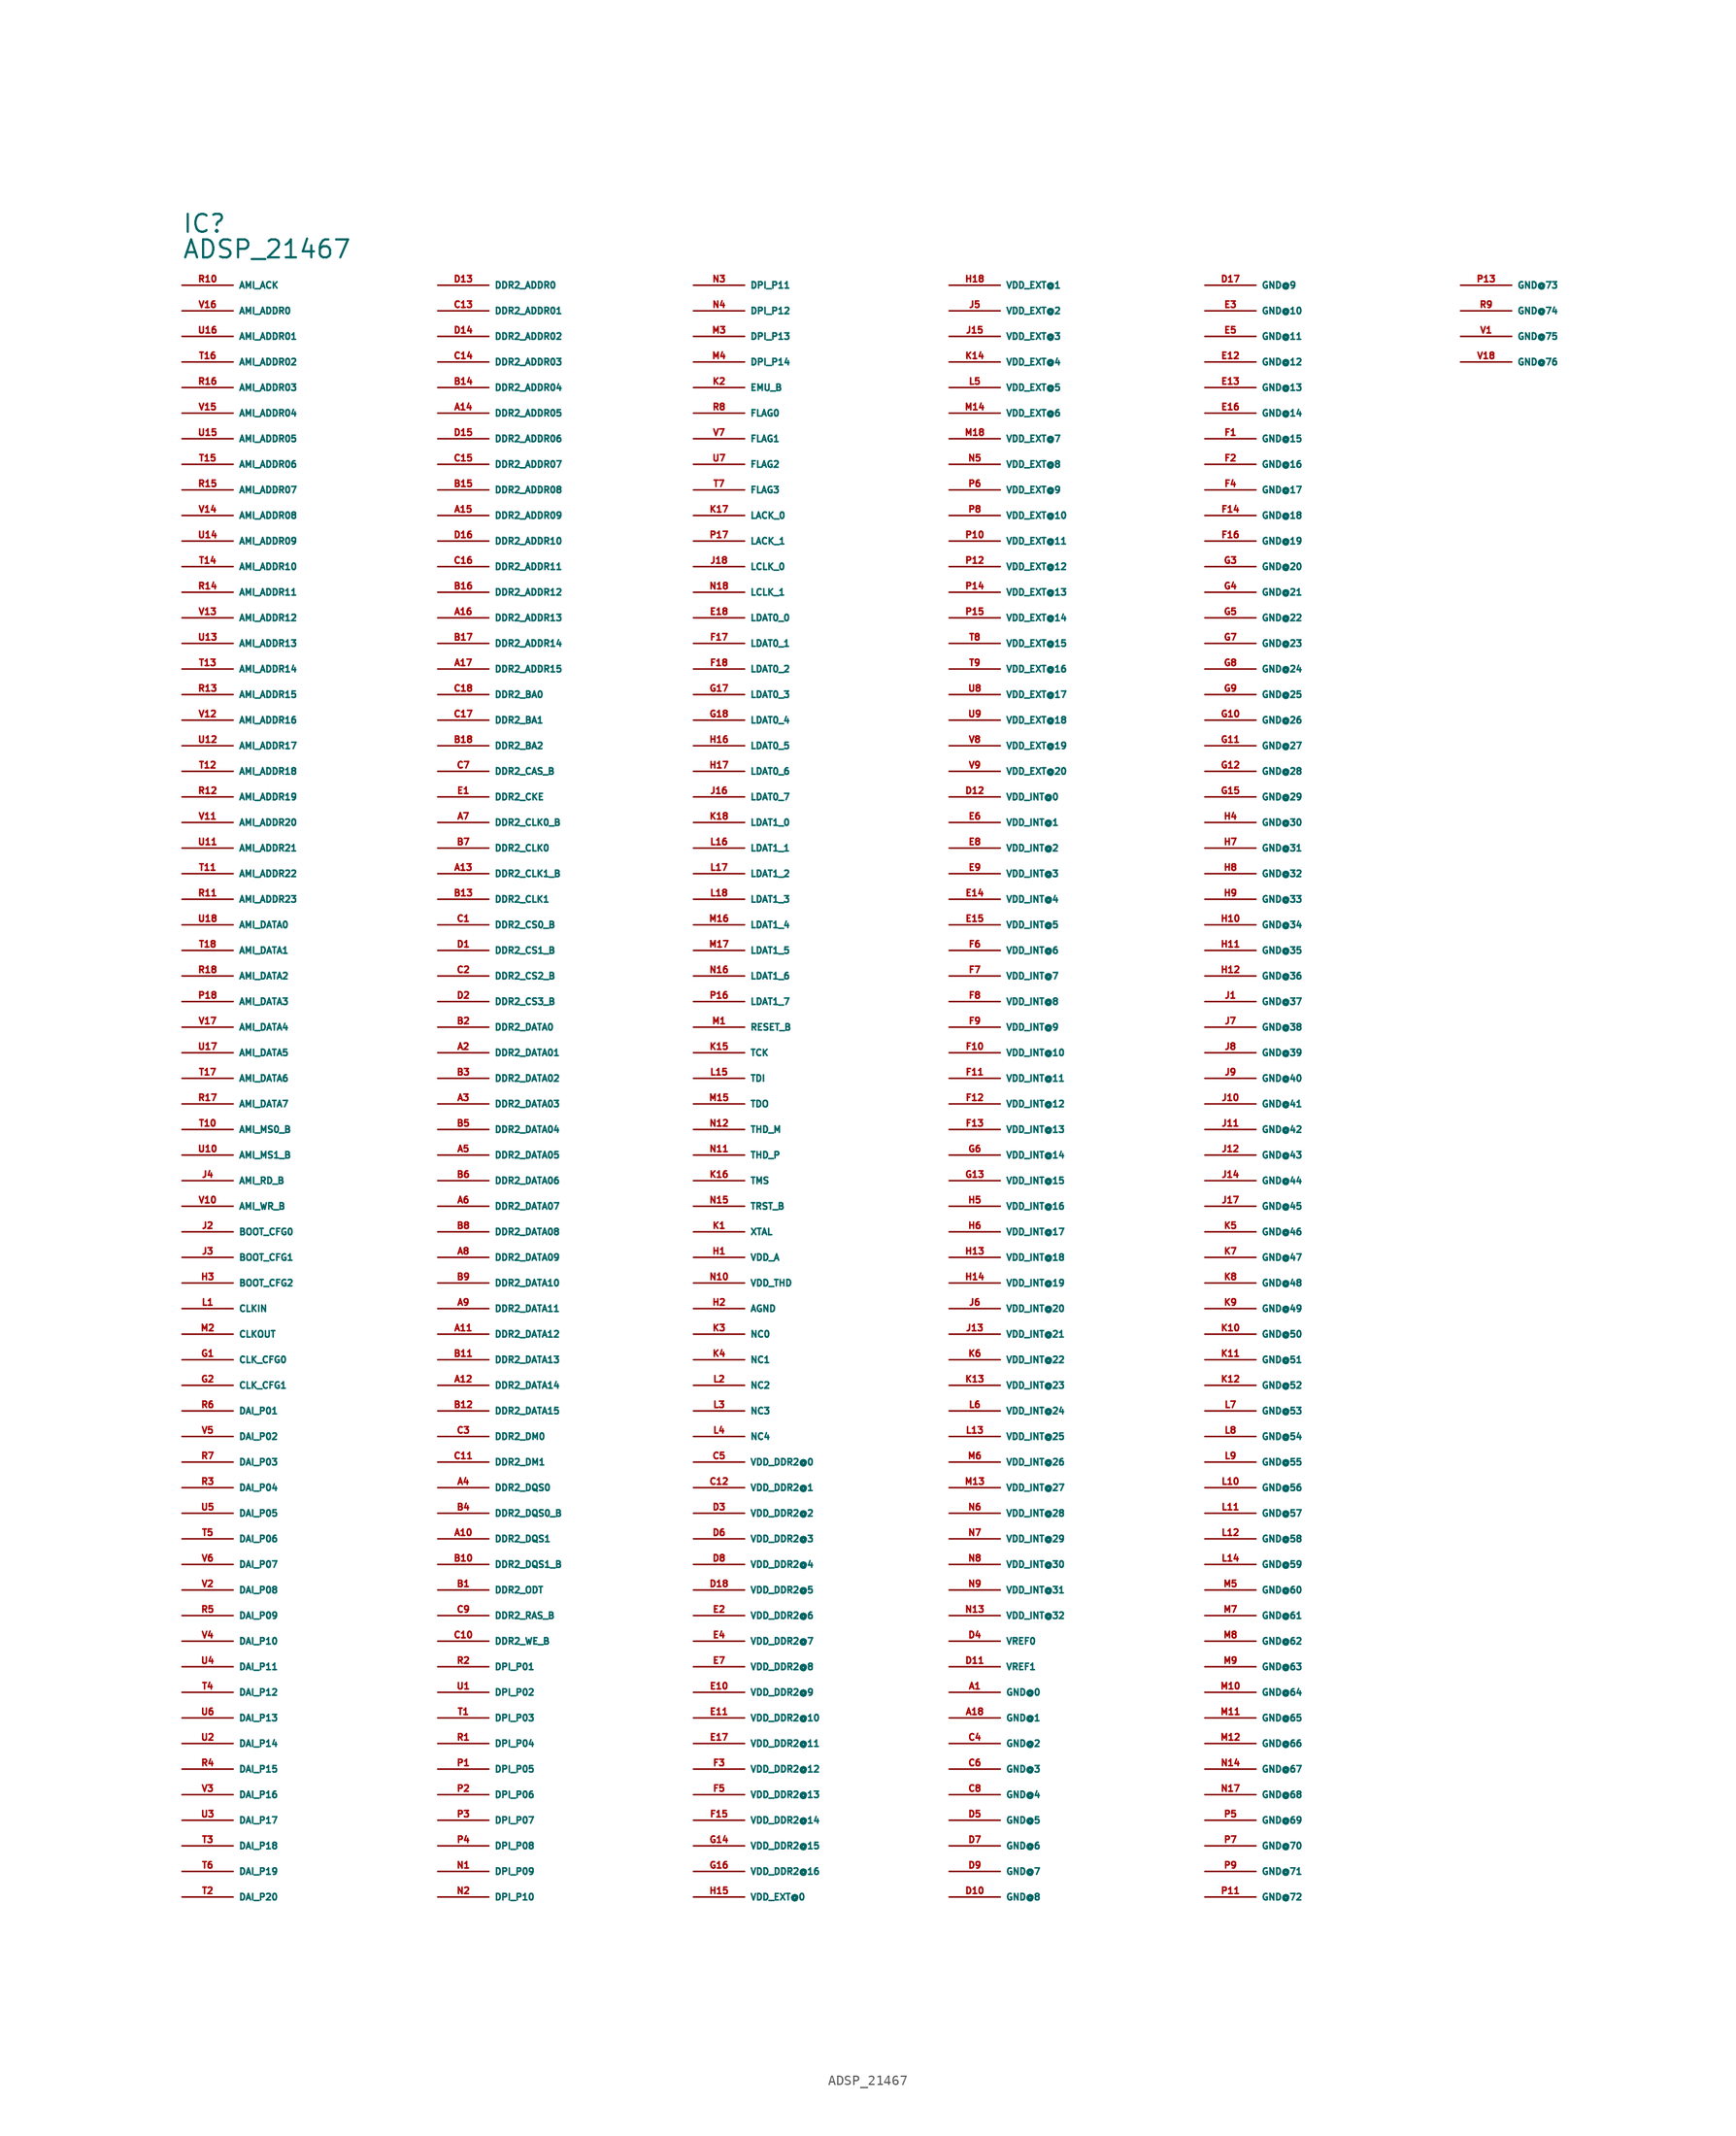
<source format=kicad_sym>
(kicad_symbol_lib
  (version 20220914)
  (generator Eagle2Kicad)
  (symbol "ADSP_21467"
    (property "Reference" "IC"
      (at -55.88 86.36 0)
      (effects (font (size 1.778 1.778) (thickness 0.22)) (justify left bottom)))
    (property "Value" "ADSP_21467"
      (at -55.88 83.82 0)
      (effects (font (size 1.778 1.778) (thickness 0.22)) (justify left bottom)))
    (pin input line
      (at -55.88 81.28 0)
      (length 5.08)
      (name "AMI_ACK" (effects (font (size 0.635 0.635) (thickness 0.08)) (justify left bottom)))
      (number "R10" (effects (font (size 0.635 0.635) (thickness 0.08)) (justify left bottom))))
    (pin bidirectional line
      (at -55.88 78.74 0)
      (length 5.08)
      (name "AMI_ADDR0" (effects (font (size 0.635 0.635) (thickness 0.08)) (justify left bottom)))
      (number "V16" (effects (font (size 0.635 0.635) (thickness 0.08)) (justify left bottom))))
    (pin bidirectional line
      (at -55.88 76.2 0)
      (length 5.08)
      (name "AMI_ADDR01" (effects (font (size 0.635 0.635) (thickness 0.08)) (justify left bottom)))
      (number "U16" (effects (font (size 0.635 0.635) (thickness 0.08)) (justify left bottom))))
    (pin bidirectional line
      (at -55.88 73.66 0)
      (length 5.08)
      (name "AMI_ADDR02" (effects (font (size 0.635 0.635) (thickness 0.08)) (justify left bottom)))
      (number "T16" (effects (font (size 0.635 0.635) (thickness 0.08)) (justify left bottom))))
    (pin bidirectional line
      (at -55.88 71.12 0)
      (length 5.08)
      (name "AMI_ADDR03" (effects (font (size 0.635 0.635) (thickness 0.08)) (justify left bottom)))
      (number "R16" (effects (font (size 0.635 0.635) (thickness 0.08)) (justify left bottom))))
    (pin bidirectional line
      (at -55.88 68.58 0)
      (length 5.08)
      (name "AMI_ADDR04" (effects (font (size 0.635 0.635) (thickness 0.08)) (justify left bottom)))
      (number "V15" (effects (font (size 0.635 0.635) (thickness 0.08)) (justify left bottom))))
    (pin bidirectional line
      (at -55.88 66.04 0)
      (length 5.08)
      (name "AMI_ADDR05" (effects (font (size 0.635 0.635) (thickness 0.08)) (justify left bottom)))
      (number "U15" (effects (font (size 0.635 0.635) (thickness 0.08)) (justify left bottom))))
    (pin bidirectional line
      (at -55.88 63.5 0)
      (length 5.08)
      (name "AMI_ADDR06" (effects (font (size 0.635 0.635) (thickness 0.08)) (justify left bottom)))
      (number "T15" (effects (font (size 0.635 0.635) (thickness 0.08)) (justify left bottom))))
    (pin bidirectional line
      (at -55.88 60.96 0)
      (length 5.08)
      (name "AMI_ADDR07" (effects (font (size 0.635 0.635) (thickness 0.08)) (justify left bottom)))
      (number "R15" (effects (font (size 0.635 0.635) (thickness 0.08)) (justify left bottom))))
    (pin bidirectional line
      (at -55.88 58.42 0)
      (length 5.08)
      (name "AMI_ADDR08" (effects (font (size 0.635 0.635) (thickness 0.08)) (justify left bottom)))
      (number "V14" (effects (font (size 0.635 0.635) (thickness 0.08)) (justify left bottom))))
    (pin bidirectional line
      (at -55.88 55.88 0)
      (length 5.08)
      (name "AMI_ADDR09" (effects (font (size 0.635 0.635) (thickness 0.08)) (justify left bottom)))
      (number "U14" (effects (font (size 0.635 0.635) (thickness 0.08)) (justify left bottom))))
    (pin bidirectional line
      (at -55.88 53.34 0)
      (length 5.08)
      (name "AMI_ADDR10" (effects (font (size 0.635 0.635) (thickness 0.08)) (justify left bottom)))
      (number "T14" (effects (font (size 0.635 0.635) (thickness 0.08)) (justify left bottom))))
    (pin bidirectional line
      (at -55.88 50.8 0)
      (length 5.08)
      (name "AMI_ADDR11" (effects (font (size 0.635 0.635) (thickness 0.08)) (justify left bottom)))
      (number "R14" (effects (font (size 0.635 0.635) (thickness 0.08)) (justify left bottom))))
    (pin bidirectional line
      (at -55.88 48.26 0)
      (length 5.08)
      (name "AMI_ADDR12" (effects (font (size 0.635 0.635) (thickness 0.08)) (justify left bottom)))
      (number "V13" (effects (font (size 0.635 0.635) (thickness 0.08)) (justify left bottom))))
    (pin bidirectional line
      (at -55.88 45.72 0)
      (length 5.08)
      (name "AMI_ADDR13" (effects (font (size 0.635 0.635) (thickness 0.08)) (justify left bottom)))
      (number "U13" (effects (font (size 0.635 0.635) (thickness 0.08)) (justify left bottom))))
    (pin bidirectional line
      (at -55.88 43.18 0)
      (length 5.08)
      (name "AMI_ADDR14" (effects (font (size 0.635 0.635) (thickness 0.08)) (justify left bottom)))
      (number "T13" (effects (font (size 0.635 0.635) (thickness 0.08)) (justify left bottom))))
    (pin bidirectional line
      (at -55.88 40.64 0)
      (length 5.08)
      (name "AMI_ADDR15" (effects (font (size 0.635 0.635) (thickness 0.08)) (justify left bottom)))
      (number "R13" (effects (font (size 0.635 0.635) (thickness 0.08)) (justify left bottom))))
    (pin bidirectional line
      (at -55.88 38.1 0)
      (length 5.08)
      (name "AMI_ADDR16" (effects (font (size 0.635 0.635) (thickness 0.08)) (justify left bottom)))
      (number "V12" (effects (font (size 0.635 0.635) (thickness 0.08)) (justify left bottom))))
    (pin bidirectional line
      (at -55.88 35.56 0)
      (length 5.08)
      (name "AMI_ADDR17" (effects (font (size 0.635 0.635) (thickness 0.08)) (justify left bottom)))
      (number "U12" (effects (font (size 0.635 0.635) (thickness 0.08)) (justify left bottom))))
    (pin bidirectional line
      (at -55.88 33.02 0)
      (length 5.08)
      (name "AMI_ADDR18" (effects (font (size 0.635 0.635) (thickness 0.08)) (justify left bottom)))
      (number "T12" (effects (font (size 0.635 0.635) (thickness 0.08)) (justify left bottom))))
    (pin bidirectional line
      (at -55.88 30.48 0)
      (length 5.08)
      (name "AMI_ADDR19" (effects (font (size 0.635 0.635) (thickness 0.08)) (justify left bottom)))
      (number "R12" (effects (font (size 0.635 0.635) (thickness 0.08)) (justify left bottom))))
    (pin bidirectional line
      (at -55.88 27.94 0)
      (length 5.08)
      (name "AMI_ADDR20" (effects (font (size 0.635 0.635) (thickness 0.08)) (justify left bottom)))
      (number "V11" (effects (font (size 0.635 0.635) (thickness 0.08)) (justify left bottom))))
    (pin bidirectional line
      (at -55.88 25.4 0)
      (length 5.08)
      (name "AMI_ADDR21" (effects (font (size 0.635 0.635) (thickness 0.08)) (justify left bottom)))
      (number "U11" (effects (font (size 0.635 0.635) (thickness 0.08)) (justify left bottom))))
    (pin bidirectional line
      (at -55.88 22.86 0)
      (length 5.08)
      (name "AMI_ADDR22" (effects (font (size 0.635 0.635) (thickness 0.08)) (justify left bottom)))
      (number "T11" (effects (font (size 0.635 0.635) (thickness 0.08)) (justify left bottom))))
    (pin bidirectional line
      (at -55.88 20.32 0)
      (length 5.08)
      (name "AMI_ADDR23" (effects (font (size 0.635 0.635) (thickness 0.08)) (justify left bottom)))
      (number "R11" (effects (font (size 0.635 0.635) (thickness 0.08)) (justify left bottom))))
    (pin bidirectional line
      (at -55.88 17.78 0)
      (length 5.08)
      (name "AMI_DATA0" (effects (font (size 0.635 0.635) (thickness 0.08)) (justify left bottom)))
      (number "U18" (effects (font (size 0.635 0.635) (thickness 0.08)) (justify left bottom))))
    (pin bidirectional line
      (at -55.88 15.24 0)
      (length 5.08)
      (name "AMI_DATA1" (effects (font (size 0.635 0.635) (thickness 0.08)) (justify left bottom)))
      (number "T18" (effects (font (size 0.635 0.635) (thickness 0.08)) (justify left bottom))))
    (pin bidirectional line
      (at -55.88 12.7 0)
      (length 5.08)
      (name "AMI_DATA2" (effects (font (size 0.635 0.635) (thickness 0.08)) (justify left bottom)))
      (number "R18" (effects (font (size 0.635 0.635) (thickness 0.08)) (justify left bottom))))
    (pin bidirectional line
      (at -55.88 10.16 0)
      (length 5.08)
      (name "AMI_DATA3" (effects (font (size 0.635 0.635) (thickness 0.08)) (justify left bottom)))
      (number "P18" (effects (font (size 0.635 0.635) (thickness 0.08)) (justify left bottom))))
    (pin bidirectional line
      (at -55.88 7.62 0)
      (length 5.08)
      (name "AMI_DATA4" (effects (font (size 0.635 0.635) (thickness 0.08)) (justify left bottom)))
      (number "V17" (effects (font (size 0.635 0.635) (thickness 0.08)) (justify left bottom))))
    (pin bidirectional line
      (at -55.88 5.08 0)
      (length 5.08)
      (name "AMI_DATA5" (effects (font (size 0.635 0.635) (thickness 0.08)) (justify left bottom)))
      (number "U17" (effects (font (size 0.635 0.635) (thickness 0.08)) (justify left bottom))))
    (pin bidirectional line
      (at -55.88 2.54 0)
      (length 5.08)
      (name "AMI_DATA6" (effects (font (size 0.635 0.635) (thickness 0.08)) (justify left bottom)))
      (number "T17" (effects (font (size 0.635 0.635) (thickness 0.08)) (justify left bottom))))
    (pin bidirectional line
      (at -55.88 0 0)
      (length 5.08)
      (name "AMI_DATA7" (effects (font (size 0.635 0.635) (thickness 0.08)) (justify left bottom)))
      (number "R17" (effects (font (size 0.635 0.635) (thickness 0.08)) (justify left bottom))))
    (pin output line
      (at -55.88 -2.54 0)
      (length 5.08)
      (name "AMI_MS0_B" (effects (font (size 0.635 0.635) (thickness 0.08)) (justify left bottom)))
      (number "T10" (effects (font (size 0.635 0.635) (thickness 0.08)) (justify left bottom))))
    (pin output line
      (at -55.88 -5.08 0)
      (length 5.08)
      (name "AMI_MS1_B" (effects (font (size 0.635 0.635) (thickness 0.08)) (justify left bottom)))
      (number "U10" (effects (font (size 0.635 0.635) (thickness 0.08)) (justify left bottom))))
    (pin output line
      (at -55.88 -7.62 0)
      (length 5.08)
      (name "AMI_RD_B" (effects (font (size 0.635 0.635) (thickness 0.08)) (justify left bottom)))
      (number "J4" (effects (font (size 0.635 0.635) (thickness 0.08)) (justify left bottom))))
    (pin output line
      (at -55.88 -10.16 0)
      (length 5.08)
      (name "AMI_WR_B" (effects (font (size 0.635 0.635) (thickness 0.08)) (justify left bottom)))
      (number "V10" (effects (font (size 0.635 0.635) (thickness 0.08)) (justify left bottom))))
    (pin input line
      (at -55.88 -12.7 0)
      (length 5.08)
      (name "BOOT_CFG0" (effects (font (size 0.635 0.635) (thickness 0.08)) (justify left bottom)))
      (number "J2" (effects (font (size 0.635 0.635) (thickness 0.08)) (justify left bottom))))
    (pin input line
      (at -55.88 -15.24 0)
      (length 5.08)
      (name "BOOT_CFG1" (effects (font (size 0.635 0.635) (thickness 0.08)) (justify left bottom)))
      (number "J3" (effects (font (size 0.635 0.635) (thickness 0.08)) (justify left bottom))))
    (pin input line
      (at -55.88 -17.78 0)
      (length 5.08)
      (name "BOOT_CFG2" (effects (font (size 0.635 0.635) (thickness 0.08)) (justify left bottom)))
      (number "H3" (effects (font (size 0.635 0.635) (thickness 0.08)) (justify left bottom))))
    (pin input line
      (at -55.88 -20.32 0)
      (length 5.08)
      (name "CLKIN" (effects (font (size 0.635 0.635) (thickness 0.08)) (justify left bottom)))
      (number "L1" (effects (font (size 0.635 0.635) (thickness 0.08)) (justify left bottom))))
    (pin bidirectional line
      (at -55.88 -22.86 0)
      (length 5.08)
      (name "CLKOUT" (effects (font (size 0.635 0.635) (thickness 0.08)) (justify left bottom)))
      (number "M2" (effects (font (size 0.635 0.635) (thickness 0.08)) (justify left bottom))))
    (pin input line
      (at -55.88 -25.4 0)
      (length 5.08)
      (name "CLK_CFG0" (effects (font (size 0.635 0.635) (thickness 0.08)) (justify left bottom)))
      (number "G1" (effects (font (size 0.635 0.635) (thickness 0.08)) (justify left bottom))))
    (pin input line
      (at -55.88 -27.94 0)
      (length 5.08)
      (name "CLK_CFG1" (effects (font (size 0.635 0.635) (thickness 0.08)) (justify left bottom)))
      (number "G2" (effects (font (size 0.635 0.635) (thickness 0.08)) (justify left bottom))))
    (pin bidirectional line
      (at -55.88 -30.48 0)
      (length 5.08)
      (name "DAI_P01" (effects (font (size 0.635 0.635) (thickness 0.08)) (justify left bottom)))
      (number "R6" (effects (font (size 0.635 0.635) (thickness 0.08)) (justify left bottom))))
    (pin bidirectional line
      (at -55.88 -33.02 0)
      (length 5.08)
      (name "DAI_P02" (effects (font (size 0.635 0.635) (thickness 0.08)) (justify left bottom)))
      (number "V5" (effects (font (size 0.635 0.635) (thickness 0.08)) (justify left bottom))))
    (pin bidirectional line
      (at -55.88 -35.56 0)
      (length 5.08)
      (name "DAI_P03" (effects (font (size 0.635 0.635) (thickness 0.08)) (justify left bottom)))
      (number "R7" (effects (font (size 0.635 0.635) (thickness 0.08)) (justify left bottom))))
    (pin bidirectional line
      (at -55.88 -38.1 0)
      (length 5.08)
      (name "DAI_P04" (effects (font (size 0.635 0.635) (thickness 0.08)) (justify left bottom)))
      (number "R3" (effects (font (size 0.635 0.635) (thickness 0.08)) (justify left bottom))))
    (pin bidirectional line
      (at -55.88 -40.64 0)
      (length 5.08)
      (name "DAI_P05" (effects (font (size 0.635 0.635) (thickness 0.08)) (justify left bottom)))
      (number "U5" (effects (font (size 0.635 0.635) (thickness 0.08)) (justify left bottom))))
    (pin bidirectional line
      (at -55.88 -43.18 0)
      (length 5.08)
      (name "DAI_P06" (effects (font (size 0.635 0.635) (thickness 0.08)) (justify left bottom)))
      (number "T5" (effects (font (size 0.635 0.635) (thickness 0.08)) (justify left bottom))))
    (pin bidirectional line
      (at -55.88 -45.72 0)
      (length 5.08)
      (name "DAI_P07" (effects (font (size 0.635 0.635) (thickness 0.08)) (justify left bottom)))
      (number "V6" (effects (font (size 0.635 0.635) (thickness 0.08)) (justify left bottom))))
    (pin bidirectional line
      (at -55.88 -48.26 0)
      (length 5.08)
      (name "DAI_P08" (effects (font (size 0.635 0.635) (thickness 0.08)) (justify left bottom)))
      (number "V2" (effects (font (size 0.635 0.635) (thickness 0.08)) (justify left bottom))))
    (pin bidirectional line
      (at -55.88 -50.8 0)
      (length 5.08)
      (name "DAI_P09" (effects (font (size 0.635 0.635) (thickness 0.08)) (justify left bottom)))
      (number "R5" (effects (font (size 0.635 0.635) (thickness 0.08)) (justify left bottom))))
    (pin bidirectional line
      (at -55.88 -53.34 0)
      (length 5.08)
      (name "DAI_P10" (effects (font (size 0.635 0.635) (thickness 0.08)) (justify left bottom)))
      (number "V4" (effects (font (size 0.635 0.635) (thickness 0.08)) (justify left bottom))))
    (pin bidirectional line
      (at -55.88 -55.88 0)
      (length 5.08)
      (name "DAI_P11" (effects (font (size 0.635 0.635) (thickness 0.08)) (justify left bottom)))
      (number "U4" (effects (font (size 0.635 0.635) (thickness 0.08)) (justify left bottom))))
    (pin bidirectional line
      (at -55.88 -58.42 0)
      (length 5.08)
      (name "DAI_P12" (effects (font (size 0.635 0.635) (thickness 0.08)) (justify left bottom)))
      (number "T4" (effects (font (size 0.635 0.635) (thickness 0.08)) (justify left bottom))))
    (pin bidirectional line
      (at -55.88 -60.96 0)
      (length 5.08)
      (name "DAI_P13" (effects (font (size 0.635 0.635) (thickness 0.08)) (justify left bottom)))
      (number "U6" (effects (font (size 0.635 0.635) (thickness 0.08)) (justify left bottom))))
    (pin bidirectional line
      (at -55.88 -63.5 0)
      (length 5.08)
      (name "DAI_P14" (effects (font (size 0.635 0.635) (thickness 0.08)) (justify left bottom)))
      (number "U2" (effects (font (size 0.635 0.635) (thickness 0.08)) (justify left bottom))))
    (pin bidirectional line
      (at -55.88 -66.04 0)
      (length 5.08)
      (name "DAI_P15" (effects (font (size 0.635 0.635) (thickness 0.08)) (justify left bottom)))
      (number "R4" (effects (font (size 0.635 0.635) (thickness 0.08)) (justify left bottom))))
    (pin bidirectional line
      (at -55.88 -68.58 0)
      (length 5.08)
      (name "DAI_P16" (effects (font (size 0.635 0.635) (thickness 0.08)) (justify left bottom)))
      (number "V3" (effects (font (size 0.635 0.635) (thickness 0.08)) (justify left bottom))))
    (pin bidirectional line
      (at -55.88 -71.12 0)
      (length 5.08)
      (name "DAI_P17" (effects (font (size 0.635 0.635) (thickness 0.08)) (justify left bottom)))
      (number "U3" (effects (font (size 0.635 0.635) (thickness 0.08)) (justify left bottom))))
    (pin bidirectional line
      (at -55.88 -73.66 0)
      (length 5.08)
      (name "DAI_P18" (effects (font (size 0.635 0.635) (thickness 0.08)) (justify left bottom)))
      (number "T3" (effects (font (size 0.635 0.635) (thickness 0.08)) (justify left bottom))))
    (pin bidirectional line
      (at -55.88 -76.2 0)
      (length 5.08)
      (name "DAI_P19" (effects (font (size 0.635 0.635) (thickness 0.08)) (justify left bottom)))
      (number "T6" (effects (font (size 0.635 0.635) (thickness 0.08)) (justify left bottom))))
    (pin bidirectional line
      (at -55.88 -78.74 0)
      (length 5.08)
      (name "DAI_P20" (effects (font (size 0.635 0.635) (thickness 0.08)) (justify left bottom)))
      (number "T2" (effects (font (size 0.635 0.635) (thickness 0.08)) (justify left bottom))))
    (pin output line
      (at -30.48 81.28 0)
      (length 5.08)
      (name "DDR2_ADDR0" (effects (font (size 0.635 0.635) (thickness 0.08)) (justify left bottom)))
      (number "D13" (effects (font (size 0.635 0.635) (thickness 0.08)) (justify left bottom))))
    (pin output line
      (at -30.48 78.74 0)
      (length 5.08)
      (name "DDR2_ADDR01" (effects (font (size 0.635 0.635) (thickness 0.08)) (justify left bottom)))
      (number "C13" (effects (font (size 0.635 0.635) (thickness 0.08)) (justify left bottom))))
    (pin output line
      (at -30.48 76.2 0)
      (length 5.08)
      (name "DDR2_ADDR02" (effects (font (size 0.635 0.635) (thickness 0.08)) (justify left bottom)))
      (number "D14" (effects (font (size 0.635 0.635) (thickness 0.08)) (justify left bottom))))
    (pin output line
      (at -30.48 73.66 0)
      (length 5.08)
      (name "DDR2_ADDR03" (effects (font (size 0.635 0.635) (thickness 0.08)) (justify left bottom)))
      (number "C14" (effects (font (size 0.635 0.635) (thickness 0.08)) (justify left bottom))))
    (pin output line
      (at -30.48 71.12 0)
      (length 5.08)
      (name "DDR2_ADDR04" (effects (font (size 0.635 0.635) (thickness 0.08)) (justify left bottom)))
      (number "B14" (effects (font (size 0.635 0.635) (thickness 0.08)) (justify left bottom))))
    (pin output line
      (at -30.48 68.58 0)
      (length 5.08)
      (name "DDR2_ADDR05" (effects (font (size 0.635 0.635) (thickness 0.08)) (justify left bottom)))
      (number "A14" (effects (font (size 0.635 0.635) (thickness 0.08)) (justify left bottom))))
    (pin output line
      (at -30.48 66.04 0)
      (length 5.08)
      (name "DDR2_ADDR06" (effects (font (size 0.635 0.635) (thickness 0.08)) (justify left bottom)))
      (number "D15" (effects (font (size 0.635 0.635) (thickness 0.08)) (justify left bottom))))
    (pin output line
      (at -30.48 63.5 0)
      (length 5.08)
      (name "DDR2_ADDR07" (effects (font (size 0.635 0.635) (thickness 0.08)) (justify left bottom)))
      (number "C15" (effects (font (size 0.635 0.635) (thickness 0.08)) (justify left bottom))))
    (pin output line
      (at -30.48 60.96 0)
      (length 5.08)
      (name "DDR2_ADDR08" (effects (font (size 0.635 0.635) (thickness 0.08)) (justify left bottom)))
      (number "B15" (effects (font (size 0.635 0.635) (thickness 0.08)) (justify left bottom))))
    (pin output line
      (at -30.48 58.42 0)
      (length 5.08)
      (name "DDR2_ADDR09" (effects (font (size 0.635 0.635) (thickness 0.08)) (justify left bottom)))
      (number "A15" (effects (font (size 0.635 0.635) (thickness 0.08)) (justify left bottom))))
    (pin output line
      (at -30.48 55.88 0)
      (length 5.08)
      (name "DDR2_ADDR10" (effects (font (size 0.635 0.635) (thickness 0.08)) (justify left bottom)))
      (number "D16" (effects (font (size 0.635 0.635) (thickness 0.08)) (justify left bottom))))
    (pin output line
      (at -30.48 53.34 0)
      (length 5.08)
      (name "DDR2_ADDR11" (effects (font (size 0.635 0.635) (thickness 0.08)) (justify left bottom)))
      (number "C16" (effects (font (size 0.635 0.635) (thickness 0.08)) (justify left bottom))))
    (pin output line
      (at -30.48 50.8 0)
      (length 5.08)
      (name "DDR2_ADDR12" (effects (font (size 0.635 0.635) (thickness 0.08)) (justify left bottom)))
      (number "B16" (effects (font (size 0.635 0.635) (thickness 0.08)) (justify left bottom))))
    (pin output line
      (at -30.48 48.26 0)
      (length 5.08)
      (name "DDR2_ADDR13" (effects (font (size 0.635 0.635) (thickness 0.08)) (justify left bottom)))
      (number "A16" (effects (font (size 0.635 0.635) (thickness 0.08)) (justify left bottom))))
    (pin output line
      (at -30.48 45.72 0)
      (length 5.08)
      (name "DDR2_ADDR14" (effects (font (size 0.635 0.635) (thickness 0.08)) (justify left bottom)))
      (number "B17" (effects (font (size 0.635 0.635) (thickness 0.08)) (justify left bottom))))
    (pin output line
      (at -30.48 43.18 0)
      (length 5.08)
      (name "DDR2_ADDR15" (effects (font (size 0.635 0.635) (thickness 0.08)) (justify left bottom)))
      (number "A17" (effects (font (size 0.635 0.635) (thickness 0.08)) (justify left bottom))))
    (pin output line
      (at -30.48 40.64 0)
      (length 5.08)
      (name "DDR2_BA0" (effects (font (size 0.635 0.635) (thickness 0.08)) (justify left bottom)))
      (number "C18" (effects (font (size 0.635 0.635) (thickness 0.08)) (justify left bottom))))
    (pin output line
      (at -30.48 38.1 0)
      (length 5.08)
      (name "DDR2_BA1" (effects (font (size 0.635 0.635) (thickness 0.08)) (justify left bottom)))
      (number "C17" (effects (font (size 0.635 0.635) (thickness 0.08)) (justify left bottom))))
    (pin output line
      (at -30.48 35.56 0)
      (length 5.08)
      (name "DDR2_BA2" (effects (font (size 0.635 0.635) (thickness 0.08)) (justify left bottom)))
      (number "B18" (effects (font (size 0.635 0.635) (thickness 0.08)) (justify left bottom))))
    (pin output line
      (at -30.48 33.02 0)
      (length 5.08)
      (name "DDR2_CAS_B" (effects (font (size 0.635 0.635) (thickness 0.08)) (justify left bottom)))
      (number "C7" (effects (font (size 0.635 0.635) (thickness 0.08)) (justify left bottom))))
    (pin output line
      (at -30.48 30.48 0)
      (length 5.08)
      (name "DDR2_CKE" (effects (font (size 0.635 0.635) (thickness 0.08)) (justify left bottom)))
      (number "E1" (effects (font (size 0.635 0.635) (thickness 0.08)) (justify left bottom))))
    (pin output line
      (at -30.48 27.94 0)
      (length 5.08)
      (name "DDR2_CLK0_B" (effects (font (size 0.635 0.635) (thickness 0.08)) (justify left bottom)))
      (number "A7" (effects (font (size 0.635 0.635) (thickness 0.08)) (justify left bottom))))
    (pin output line
      (at -30.48 25.4 0)
      (length 5.08)
      (name "DDR2_CLK0" (effects (font (size 0.635 0.635) (thickness 0.08)) (justify left bottom)))
      (number "B7" (effects (font (size 0.635 0.635) (thickness 0.08)) (justify left bottom))))
    (pin output line
      (at -30.48 22.86 0)
      (length 5.08)
      (name "DDR2_CLK1_B" (effects (font (size 0.635 0.635) (thickness 0.08)) (justify left bottom)))
      (number "A13" (effects (font (size 0.635 0.635) (thickness 0.08)) (justify left bottom))))
    (pin output line
      (at -30.48 20.32 0)
      (length 5.08)
      (name "DDR2_CLK1" (effects (font (size 0.635 0.635) (thickness 0.08)) (justify left bottom)))
      (number "B13" (effects (font (size 0.635 0.635) (thickness 0.08)) (justify left bottom))))
    (pin output line
      (at -30.48 17.78 0)
      (length 5.08)
      (name "DDR2_CS0_B" (effects (font (size 0.635 0.635) (thickness 0.08)) (justify left bottom)))
      (number "C1" (effects (font (size 0.635 0.635) (thickness 0.08)) (justify left bottom))))
    (pin output line
      (at -30.48 15.24 0)
      (length 5.08)
      (name "DDR2_CS1_B" (effects (font (size 0.635 0.635) (thickness 0.08)) (justify left bottom)))
      (number "D1" (effects (font (size 0.635 0.635) (thickness 0.08)) (justify left bottom))))
    (pin output line
      (at -30.48 12.7 0)
      (length 5.08)
      (name "DDR2_CS2_B" (effects (font (size 0.635 0.635) (thickness 0.08)) (justify left bottom)))
      (number "C2" (effects (font (size 0.635 0.635) (thickness 0.08)) (justify left bottom))))
    (pin output line
      (at -30.48 10.16 0)
      (length 5.08)
      (name "DDR2_CS3_B" (effects (font (size 0.635 0.635) (thickness 0.08)) (justify left bottom)))
      (number "D2" (effects (font (size 0.635 0.635) (thickness 0.08)) (justify left bottom))))
    (pin bidirectional line
      (at -30.48 7.62 0)
      (length 5.08)
      (name "DDR2_DATA0" (effects (font (size 0.635 0.635) (thickness 0.08)) (justify left bottom)))
      (number "B2" (effects (font (size 0.635 0.635) (thickness 0.08)) (justify left bottom))))
    (pin bidirectional line
      (at -30.48 5.08 0)
      (length 5.08)
      (name "DDR2_DATA01" (effects (font (size 0.635 0.635) (thickness 0.08)) (justify left bottom)))
      (number "A2" (effects (font (size 0.635 0.635) (thickness 0.08)) (justify left bottom))))
    (pin bidirectional line
      (at -30.48 2.54 0)
      (length 5.08)
      (name "DDR2_DATA02" (effects (font (size 0.635 0.635) (thickness 0.08)) (justify left bottom)))
      (number "B3" (effects (font (size 0.635 0.635) (thickness 0.08)) (justify left bottom))))
    (pin bidirectional line
      (at -30.48 0 0)
      (length 5.08)
      (name "DDR2_DATA03" (effects (font (size 0.635 0.635) (thickness 0.08)) (justify left bottom)))
      (number "A3" (effects (font (size 0.635 0.635) (thickness 0.08)) (justify left bottom))))
    (pin bidirectional line
      (at -30.48 -2.54 0)
      (length 5.08)
      (name "DDR2_DATA04" (effects (font (size 0.635 0.635) (thickness 0.08)) (justify left bottom)))
      (number "B5" (effects (font (size 0.635 0.635) (thickness 0.08)) (justify left bottom))))
    (pin bidirectional line
      (at -30.48 -5.08 0)
      (length 5.08)
      (name "DDR2_DATA05" (effects (font (size 0.635 0.635) (thickness 0.08)) (justify left bottom)))
      (number "A5" (effects (font (size 0.635 0.635) (thickness 0.08)) (justify left bottom))))
    (pin bidirectional line
      (at -30.48 -7.62 0)
      (length 5.08)
      (name "DDR2_DATA06" (effects (font (size 0.635 0.635) (thickness 0.08)) (justify left bottom)))
      (number "B6" (effects (font (size 0.635 0.635) (thickness 0.08)) (justify left bottom))))
    (pin bidirectional line
      (at -30.48 -10.16 0)
      (length 5.08)
      (name "DDR2_DATA07" (effects (font (size 0.635 0.635) (thickness 0.08)) (justify left bottom)))
      (number "A6" (effects (font (size 0.635 0.635) (thickness 0.08)) (justify left bottom))))
    (pin bidirectional line
      (at -30.48 -12.7 0)
      (length 5.08)
      (name "DDR2_DATA08" (effects (font (size 0.635 0.635) (thickness 0.08)) (justify left bottom)))
      (number "B8" (effects (font (size 0.635 0.635) (thickness 0.08)) (justify left bottom))))
    (pin bidirectional line
      (at -30.48 -15.24 0)
      (length 5.08)
      (name "DDR2_DATA09" (effects (font (size 0.635 0.635) (thickness 0.08)) (justify left bottom)))
      (number "A8" (effects (font (size 0.635 0.635) (thickness 0.08)) (justify left bottom))))
    (pin bidirectional line
      (at -30.48 -17.78 0)
      (length 5.08)
      (name "DDR2_DATA10" (effects (font (size 0.635 0.635) (thickness 0.08)) (justify left bottom)))
      (number "B9" (effects (font (size 0.635 0.635) (thickness 0.08)) (justify left bottom))))
    (pin bidirectional line
      (at -30.48 -20.32 0)
      (length 5.08)
      (name "DDR2_DATA11" (effects (font (size 0.635 0.635) (thickness 0.08)) (justify left bottom)))
      (number "A9" (effects (font (size 0.635 0.635) (thickness 0.08)) (justify left bottom))))
    (pin bidirectional line
      (at -30.48 -22.86 0)
      (length 5.08)
      (name "DDR2_DATA12" (effects (font (size 0.635 0.635) (thickness 0.08)) (justify left bottom)))
      (number "A11" (effects (font (size 0.635 0.635) (thickness 0.08)) (justify left bottom))))
    (pin bidirectional line
      (at -30.48 -25.4 0)
      (length 5.08)
      (name "DDR2_DATA13" (effects (font (size 0.635 0.635) (thickness 0.08)) (justify left bottom)))
      (number "B11" (effects (font (size 0.635 0.635) (thickness 0.08)) (justify left bottom))))
    (pin bidirectional line
      (at -30.48 -27.94 0)
      (length 5.08)
      (name "DDR2_DATA14" (effects (font (size 0.635 0.635) (thickness 0.08)) (justify left bottom)))
      (number "A12" (effects (font (size 0.635 0.635) (thickness 0.08)) (justify left bottom))))
    (pin bidirectional line
      (at -30.48 -30.48 0)
      (length 5.08)
      (name "DDR2_DATA15" (effects (font (size 0.635 0.635) (thickness 0.08)) (justify left bottom)))
      (number "B12" (effects (font (size 0.635 0.635) (thickness 0.08)) (justify left bottom))))
    (pin output line
      (at -30.48 -33.02 0)
      (length 5.08)
      (name "DDR2_DM0" (effects (font (size 0.635 0.635) (thickness 0.08)) (justify left bottom)))
      (number "C3" (effects (font (size 0.635 0.635) (thickness 0.08)) (justify left bottom))))
    (pin output line
      (at -30.48 -35.56 0)
      (length 5.08)
      (name "DDR2_DM1" (effects (font (size 0.635 0.635) (thickness 0.08)) (justify left bottom)))
      (number "C11" (effects (font (size 0.635 0.635) (thickness 0.08)) (justify left bottom))))
    (pin bidirectional line
      (at -30.48 -38.1 0)
      (length 5.08)
      (name "DDR2_DQS0" (effects (font (size 0.635 0.635) (thickness 0.08)) (justify left bottom)))
      (number "A4" (effects (font (size 0.635 0.635) (thickness 0.08)) (justify left bottom))))
    (pin bidirectional line
      (at -30.48 -40.64 0)
      (length 5.08)
      (name "DDR2_DQS0_B" (effects (font (size 0.635 0.635) (thickness 0.08)) (justify left bottom)))
      (number "B4" (effects (font (size 0.635 0.635) (thickness 0.08)) (justify left bottom))))
    (pin bidirectional line
      (at -30.48 -43.18 0)
      (length 5.08)
      (name "DDR2_DQS1" (effects (font (size 0.635 0.635) (thickness 0.08)) (justify left bottom)))
      (number "A10" (effects (font (size 0.635 0.635) (thickness 0.08)) (justify left bottom))))
    (pin bidirectional line
      (at -30.48 -45.72 0)
      (length 5.08)
      (name "DDR2_DQS1_B" (effects (font (size 0.635 0.635) (thickness 0.08)) (justify left bottom)))
      (number "B10" (effects (font (size 0.635 0.635) (thickness 0.08)) (justify left bottom))))
    (pin output line
      (at -30.48 -48.26 0)
      (length 5.08)
      (name "DDR2_ODT" (effects (font (size 0.635 0.635) (thickness 0.08)) (justify left bottom)))
      (number "B1" (effects (font (size 0.635 0.635) (thickness 0.08)) (justify left bottom))))
    (pin output line
      (at -30.48 -50.8 0)
      (length 5.08)
      (name "DDR2_RAS_B" (effects (font (size 0.635 0.635) (thickness 0.08)) (justify left bottom)))
      (number "C9" (effects (font (size 0.635 0.635) (thickness 0.08)) (justify left bottom))))
    (pin output line
      (at -30.48 -53.34 0)
      (length 5.08)
      (name "DDR2_WE_B" (effects (font (size 0.635 0.635) (thickness 0.08)) (justify left bottom)))
      (number "C10" (effects (font (size 0.635 0.635) (thickness 0.08)) (justify left bottom))))
    (pin bidirectional line
      (at -30.48 -55.88 0)
      (length 5.08)
      (name "DPI_P01" (effects (font (size 0.635 0.635) (thickness 0.08)) (justify left bottom)))
      (number "R2" (effects (font (size 0.635 0.635) (thickness 0.08)) (justify left bottom))))
    (pin bidirectional line
      (at -30.48 -58.42 0)
      (length 5.08)
      (name "DPI_P02" (effects (font (size 0.635 0.635) (thickness 0.08)) (justify left bottom)))
      (number "U1" (effects (font (size 0.635 0.635) (thickness 0.08)) (justify left bottom))))
    (pin bidirectional line
      (at -30.48 -60.96 0)
      (length 5.08)
      (name "DPI_P03" (effects (font (size 0.635 0.635) (thickness 0.08)) (justify left bottom)))
      (number "T1" (effects (font (size 0.635 0.635) (thickness 0.08)) (justify left bottom))))
    (pin bidirectional line
      (at -30.48 -63.5 0)
      (length 5.08)
      (name "DPI_P04" (effects (font (size 0.635 0.635) (thickness 0.08)) (justify left bottom)))
      (number "R1" (effects (font (size 0.635 0.635) (thickness 0.08)) (justify left bottom))))
    (pin bidirectional line
      (at -30.48 -66.04 0)
      (length 5.08)
      (name "DPI_P05" (effects (font (size 0.635 0.635) (thickness 0.08)) (justify left bottom)))
      (number "P1" (effects (font (size 0.635 0.635) (thickness 0.08)) (justify left bottom))))
    (pin bidirectional line
      (at -30.48 -68.58 0)
      (length 5.08)
      (name "DPI_P06" (effects (font (size 0.635 0.635) (thickness 0.08)) (justify left bottom)))
      (number "P2" (effects (font (size 0.635 0.635) (thickness 0.08)) (justify left bottom))))
    (pin bidirectional line
      (at -30.48 -71.12 0)
      (length 5.08)
      (name "DPI_P07" (effects (font (size 0.635 0.635) (thickness 0.08)) (justify left bottom)))
      (number "P3" (effects (font (size 0.635 0.635) (thickness 0.08)) (justify left bottom))))
    (pin bidirectional line
      (at -30.48 -73.66 0)
      (length 5.08)
      (name "DPI_P08" (effects (font (size 0.635 0.635) (thickness 0.08)) (justify left bottom)))
      (number "P4" (effects (font (size 0.635 0.635) (thickness 0.08)) (justify left bottom))))
    (pin bidirectional line
      (at -30.48 -76.2 0)
      (length 5.08)
      (name "DPI_P09" (effects (font (size 0.635 0.635) (thickness 0.08)) (justify left bottom)))
      (number "N1" (effects (font (size 0.635 0.635) (thickness 0.08)) (justify left bottom))))
    (pin bidirectional line
      (at -30.48 -78.74 0)
      (length 5.08)
      (name "DPI_P10" (effects (font (size 0.635 0.635) (thickness 0.08)) (justify left bottom)))
      (number "N2" (effects (font (size 0.635 0.635) (thickness 0.08)) (justify left bottom))))
    (pin bidirectional line
      (at -5.08 81.28 0)
      (length 5.08)
      (name "DPI_P11" (effects (font (size 0.635 0.635) (thickness 0.08)) (justify left bottom)))
      (number "N3" (effects (font (size 0.635 0.635) (thickness 0.08)) (justify left bottom))))
    (pin bidirectional line
      (at -5.08 78.74 0)
      (length 5.08)
      (name "DPI_P12" (effects (font (size 0.635 0.635) (thickness 0.08)) (justify left bottom)))
      (number "N4" (effects (font (size 0.635 0.635) (thickness 0.08)) (justify left bottom))))
    (pin bidirectional line
      (at -5.08 76.2 0)
      (length 5.08)
      (name "DPI_P13" (effects (font (size 0.635 0.635) (thickness 0.08)) (justify left bottom)))
      (number "M3" (effects (font (size 0.635 0.635) (thickness 0.08)) (justify left bottom))))
    (pin bidirectional line
      (at -5.08 73.66 0)
      (length 5.08)
      (name "DPI_P14" (effects (font (size 0.635 0.635) (thickness 0.08)) (justify left bottom)))
      (number "M4" (effects (font (size 0.635 0.635) (thickness 0.08)) (justify left bottom))))
    (pin output line
      (at -5.08 71.12 0)
      (length 5.08)
      (name "EMU_B" (effects (font (size 0.635 0.635) (thickness 0.08)) (justify left bottom)))
      (number "K2" (effects (font (size 0.635 0.635) (thickness 0.08)) (justify left bottom))))
    (pin bidirectional line
      (at -5.08 68.58 0)
      (length 5.08)
      (name "FLAG0" (effects (font (size 0.635 0.635) (thickness 0.08)) (justify left bottom)))
      (number "R8" (effects (font (size 0.635 0.635) (thickness 0.08)) (justify left bottom))))
    (pin bidirectional line
      (at -5.08 66.04 0)
      (length 5.08)
      (name "FLAG1" (effects (font (size 0.635 0.635) (thickness 0.08)) (justify left bottom)))
      (number "V7" (effects (font (size 0.635 0.635) (thickness 0.08)) (justify left bottom))))
    (pin bidirectional line
      (at -5.08 63.5 0)
      (length 5.08)
      (name "FLAG2" (effects (font (size 0.635 0.635) (thickness 0.08)) (justify left bottom)))
      (number "U7" (effects (font (size 0.635 0.635) (thickness 0.08)) (justify left bottom))))
    (pin bidirectional line
      (at -5.08 60.96 0)
      (length 5.08)
      (name "FLAG3" (effects (font (size 0.635 0.635) (thickness 0.08)) (justify left bottom)))
      (number "T7" (effects (font (size 0.635 0.635) (thickness 0.08)) (justify left bottom))))
    (pin bidirectional line
      (at -5.08 58.42 0)
      (length 5.08)
      (name "LACK_0" (effects (font (size 0.635 0.635) (thickness 0.08)) (justify left bottom)))
      (number "K17" (effects (font (size 0.635 0.635) (thickness 0.08)) (justify left bottom))))
    (pin bidirectional line
      (at -5.08 55.88 0)
      (length 5.08)
      (name "LACK_1" (effects (font (size 0.635 0.635) (thickness 0.08)) (justify left bottom)))
      (number "P17" (effects (font (size 0.635 0.635) (thickness 0.08)) (justify left bottom))))
    (pin bidirectional line
      (at -5.08 53.34 0)
      (length 5.08)
      (name "LCLK_0" (effects (font (size 0.635 0.635) (thickness 0.08)) (justify left bottom)))
      (number "J18" (effects (font (size 0.635 0.635) (thickness 0.08)) (justify left bottom))))
    (pin bidirectional line
      (at -5.08 50.8 0)
      (length 5.08)
      (name "LCLK_1" (effects (font (size 0.635 0.635) (thickness 0.08)) (justify left bottom)))
      (number "N18" (effects (font (size 0.635 0.635) (thickness 0.08)) (justify left bottom))))
    (pin bidirectional line
      (at -5.08 48.26 0)
      (length 5.08)
      (name "LDAT0_0" (effects (font (size 0.635 0.635) (thickness 0.08)) (justify left bottom)))
      (number "E18" (effects (font (size 0.635 0.635) (thickness 0.08)) (justify left bottom))))
    (pin bidirectional line
      (at -5.08 45.72 0)
      (length 5.08)
      (name "LDAT0_1" (effects (font (size 0.635 0.635) (thickness 0.08)) (justify left bottom)))
      (number "F17" (effects (font (size 0.635 0.635) (thickness 0.08)) (justify left bottom))))
    (pin bidirectional line
      (at -5.08 43.18 0)
      (length 5.08)
      (name "LDAT0_2" (effects (font (size 0.635 0.635) (thickness 0.08)) (justify left bottom)))
      (number "F18" (effects (font (size 0.635 0.635) (thickness 0.08)) (justify left bottom))))
    (pin bidirectional line
      (at -5.08 40.64 0)
      (length 5.08)
      (name "LDAT0_3" (effects (font (size 0.635 0.635) (thickness 0.08)) (justify left bottom)))
      (number "G17" (effects (font (size 0.635 0.635) (thickness 0.08)) (justify left bottom))))
    (pin bidirectional line
      (at -5.08 38.1 0)
      (length 5.08)
      (name "LDAT0_4" (effects (font (size 0.635 0.635) (thickness 0.08)) (justify left bottom)))
      (number "G18" (effects (font (size 0.635 0.635) (thickness 0.08)) (justify left bottom))))
    (pin bidirectional line
      (at -5.08 35.56 0)
      (length 5.08)
      (name "LDAT0_5" (effects (font (size 0.635 0.635) (thickness 0.08)) (justify left bottom)))
      (number "H16" (effects (font (size 0.635 0.635) (thickness 0.08)) (justify left bottom))))
    (pin bidirectional line
      (at -5.08 33.02 0)
      (length 5.08)
      (name "LDAT0_6" (effects (font (size 0.635 0.635) (thickness 0.08)) (justify left bottom)))
      (number "H17" (effects (font (size 0.635 0.635) (thickness 0.08)) (justify left bottom))))
    (pin bidirectional line
      (at -5.08 30.48 0)
      (length 5.08)
      (name "LDAT0_7" (effects (font (size 0.635 0.635) (thickness 0.08)) (justify left bottom)))
      (number "J16" (effects (font (size 0.635 0.635) (thickness 0.08)) (justify left bottom))))
    (pin bidirectional line
      (at -5.08 27.94 0)
      (length 5.08)
      (name "LDAT1_0" (effects (font (size 0.635 0.635) (thickness 0.08)) (justify left bottom)))
      (number "K18" (effects (font (size 0.635 0.635) (thickness 0.08)) (justify left bottom))))
    (pin bidirectional line
      (at -5.08 25.4 0)
      (length 5.08)
      (name "LDAT1_1" (effects (font (size 0.635 0.635) (thickness 0.08)) (justify left bottom)))
      (number "L16" (effects (font (size 0.635 0.635) (thickness 0.08)) (justify left bottom))))
    (pin bidirectional line
      (at -5.08 22.86 0)
      (length 5.08)
      (name "LDAT1_2" (effects (font (size 0.635 0.635) (thickness 0.08)) (justify left bottom)))
      (number "L17" (effects (font (size 0.635 0.635) (thickness 0.08)) (justify left bottom))))
    (pin bidirectional line
      (at -5.08 20.32 0)
      (length 5.08)
      (name "LDAT1_3" (effects (font (size 0.635 0.635) (thickness 0.08)) (justify left bottom)))
      (number "L18" (effects (font (size 0.635 0.635) (thickness 0.08)) (justify left bottom))))
    (pin bidirectional line
      (at -5.08 17.78 0)
      (length 5.08)
      (name "LDAT1_4" (effects (font (size 0.635 0.635) (thickness 0.08)) (justify left bottom)))
      (number "M16" (effects (font (size 0.635 0.635) (thickness 0.08)) (justify left bottom))))
    (pin bidirectional line
      (at -5.08 15.24 0)
      (length 5.08)
      (name "LDAT1_5" (effects (font (size 0.635 0.635) (thickness 0.08)) (justify left bottom)))
      (number "M17" (effects (font (size 0.635 0.635) (thickness 0.08)) (justify left bottom))))
    (pin bidirectional line
      (at -5.08 12.7 0)
      (length 5.08)
      (name "LDAT1_6" (effects (font (size 0.635 0.635) (thickness 0.08)) (justify left bottom)))
      (number "N16" (effects (font (size 0.635 0.635) (thickness 0.08)) (justify left bottom))))
    (pin bidirectional line
      (at -5.08 10.16 0)
      (length 5.08)
      (name "LDAT1_7" (effects (font (size 0.635 0.635) (thickness 0.08)) (justify left bottom)))
      (number "P16" (effects (font (size 0.635 0.635) (thickness 0.08)) (justify left bottom))))
    (pin input line
      (at -5.08 7.62 0)
      (length 5.08)
      (name "RESET_B" (effects (font (size 0.635 0.635) (thickness 0.08)) (justify left bottom)))
      (number "M1" (effects (font (size 0.635 0.635) (thickness 0.08)) (justify left bottom))))
    (pin input line
      (at -5.08 5.08 0)
      (length 5.08)
      (name "TCK" (effects (font (size 0.635 0.635) (thickness 0.08)) (justify left bottom)))
      (number "K15" (effects (font (size 0.635 0.635) (thickness 0.08)) (justify left bottom))))
    (pin input line
      (at -5.08 2.54 0)
      (length 5.08)
      (name "TDI" (effects (font (size 0.635 0.635) (thickness 0.08)) (justify left bottom)))
      (number "L15" (effects (font (size 0.635 0.635) (thickness 0.08)) (justify left bottom))))
    (pin output line
      (at -5.08 0 0)
      (length 5.08)
      (name "TDO" (effects (font (size 0.635 0.635) (thickness 0.08)) (justify left bottom)))
      (number "M15" (effects (font (size 0.635 0.635) (thickness 0.08)) (justify left bottom))))
    (pin passive line
      (at -5.08 -2.54 0)
      (length 5.08)
      (name "THD_M" (effects (font (size 0.635 0.635) (thickness 0.08)) (justify left bottom)))
      (number "N12" (effects (font (size 0.635 0.635) (thickness 0.08)) (justify left bottom))))
    (pin passive line
      (at -5.08 -5.08 0)
      (length 5.08)
      (name "THD_P" (effects (font (size 0.635 0.635) (thickness 0.08)) (justify left bottom)))
      (number "N11" (effects (font (size 0.635 0.635) (thickness 0.08)) (justify left bottom))))
    (pin input line
      (at -5.08 -7.62 0)
      (length 5.08)
      (name "TMS" (effects (font (size 0.635 0.635) (thickness 0.08)) (justify left bottom)))
      (number "K16" (effects (font (size 0.635 0.635) (thickness 0.08)) (justify left bottom))))
    (pin input line
      (at -5.08 -10.16 0)
      (length 5.08)
      (name "TRST_B" (effects (font (size 0.635 0.635) (thickness 0.08)) (justify left bottom)))
      (number "N15" (effects (font (size 0.635 0.635) (thickness 0.08)) (justify left bottom))))
    (pin output line
      (at -5.08 -12.7 0)
      (length 5.08)
      (name "XTAL" (effects (font (size 0.635 0.635) (thickness 0.08)) (justify left bottom)))
      (number "K1" (effects (font (size 0.635 0.635) (thickness 0.08)) (justify left bottom))))
    (pin unspecified line
      (at -5.08 -15.24 0)
      (length 5.08)
      (name "VDD_A" (effects (font (size 0.635 0.635) (thickness 0.08)) (justify left bottom)))
      (number "H1" (effects (font (size 0.635 0.635) (thickness 0.08)) (justify left bottom))))
    (pin unspecified line
      (at -5.08 -17.78 0)
      (length 5.08)
      (name "VDD_THD" (effects (font (size 0.635 0.635) (thickness 0.08)) (justify left bottom)))
      (number "N10" (effects (font (size 0.635 0.635) (thickness 0.08)) (justify left bottom))))
    (pin unspecified line
      (at -5.08 -20.32 0)
      (length 5.08)
      (name "AGND" (effects (font (size 0.635 0.635) (thickness 0.08)) (justify left bottom)))
      (number "H2" (effects (font (size 0.635 0.635) (thickness 0.08)) (justify left bottom))))
    (pin passive line
      (at -5.08 -22.86 0)
      (length 5.08)
      (name "NC0" (effects (font (size 0.635 0.635) (thickness 0.08)) (justify left bottom)))
      (number "K3" (effects (font (size 0.635 0.635) (thickness 0.08)) (justify left bottom))))
    (pin passive line
      (at -5.08 -25.4 0)
      (length 5.08)
      (name "NC1" (effects (font (size 0.635 0.635) (thickness 0.08)) (justify left bottom)))
      (number "K4" (effects (font (size 0.635 0.635) (thickness 0.08)) (justify left bottom))))
    (pin passive line
      (at -5.08 -27.94 0)
      (length 5.08)
      (name "NC2" (effects (font (size 0.635 0.635) (thickness 0.08)) (justify left bottom)))
      (number "L2" (effects (font (size 0.635 0.635) (thickness 0.08)) (justify left bottom))))
    (pin passive line
      (at -5.08 -30.48 0)
      (length 5.08)
      (name "NC3" (effects (font (size 0.635 0.635) (thickness 0.08)) (justify left bottom)))
      (number "L3" (effects (font (size 0.635 0.635) (thickness 0.08)) (justify left bottom))))
    (pin passive line
      (at -5.08 -33.02 0)
      (length 5.08)
      (name "NC4" (effects (font (size 0.635 0.635) (thickness 0.08)) (justify left bottom)))
      (number "L4" (effects (font (size 0.635 0.635) (thickness 0.08)) (justify left bottom))))
    (pin unspecified line
      (at -5.08 -35.56 0)
      (length 5.08)
      (name "VDD_DDR2@0" (effects (font (size 0.635 0.635) (thickness 0.08)) (justify left bottom)))
      (number "C5" (effects (font (size 0.635 0.635) (thickness 0.08)) (justify left bottom))))
    (pin unspecified line
      (at -5.08 -38.1 0)
      (length 5.08)
      (name "VDD_DDR2@1" (effects (font (size 0.635 0.635) (thickness 0.08)) (justify left bottom)))
      (number "C12" (effects (font (size 0.635 0.635) (thickness 0.08)) (justify left bottom))))
    (pin unspecified line
      (at -5.08 -40.64 0)
      (length 5.08)
      (name "VDD_DDR2@2" (effects (font (size 0.635 0.635) (thickness 0.08)) (justify left bottom)))
      (number "D3" (effects (font (size 0.635 0.635) (thickness 0.08)) (justify left bottom))))
    (pin unspecified line
      (at -5.08 -43.18 0)
      (length 5.08)
      (name "VDD_DDR2@3" (effects (font (size 0.635 0.635) (thickness 0.08)) (justify left bottom)))
      (number "D6" (effects (font (size 0.635 0.635) (thickness 0.08)) (justify left bottom))))
    (pin unspecified line
      (at -5.08 -45.72 0)
      (length 5.08)
      (name "VDD_DDR2@4" (effects (font (size 0.635 0.635) (thickness 0.08)) (justify left bottom)))
      (number "D8" (effects (font (size 0.635 0.635) (thickness 0.08)) (justify left bottom))))
    (pin unspecified line
      (at -5.08 -48.26 0)
      (length 5.08)
      (name "VDD_DDR2@5" (effects (font (size 0.635 0.635) (thickness 0.08)) (justify left bottom)))
      (number "D18" (effects (font (size 0.635 0.635) (thickness 0.08)) (justify left bottom))))
    (pin unspecified line
      (at -5.08 -50.8 0)
      (length 5.08)
      (name "VDD_DDR2@6" (effects (font (size 0.635 0.635) (thickness 0.08)) (justify left bottom)))
      (number "E2" (effects (font (size 0.635 0.635) (thickness 0.08)) (justify left bottom))))
    (pin unspecified line
      (at -5.08 -53.34 0)
      (length 5.08)
      (name "VDD_DDR2@7" (effects (font (size 0.635 0.635) (thickness 0.08)) (justify left bottom)))
      (number "E4" (effects (font (size 0.635 0.635) (thickness 0.08)) (justify left bottom))))
    (pin unspecified line
      (at -5.08 -55.88 0)
      (length 5.08)
      (name "VDD_DDR2@8" (effects (font (size 0.635 0.635) (thickness 0.08)) (justify left bottom)))
      (number "E7" (effects (font (size 0.635 0.635) (thickness 0.08)) (justify left bottom))))
    (pin unspecified line
      (at -5.08 -58.42 0)
      (length 5.08)
      (name "VDD_DDR2@9" (effects (font (size 0.635 0.635) (thickness 0.08)) (justify left bottom)))
      (number "E10" (effects (font (size 0.635 0.635) (thickness 0.08)) (justify left bottom))))
    (pin unspecified line
      (at -5.08 -60.96 0)
      (length 5.08)
      (name "VDD_DDR2@10" (effects (font (size 0.635 0.635) (thickness 0.08)) (justify left bottom)))
      (number "E11" (effects (font (size 0.635 0.635) (thickness 0.08)) (justify left bottom))))
    (pin unspecified line
      (at -5.08 -63.5 0)
      (length 5.08)
      (name "VDD_DDR2@11" (effects (font (size 0.635 0.635) (thickness 0.08)) (justify left bottom)))
      (number "E17" (effects (font (size 0.635 0.635) (thickness 0.08)) (justify left bottom))))
    (pin unspecified line
      (at -5.08 -66.04 0)
      (length 5.08)
      (name "VDD_DDR2@12" (effects (font (size 0.635 0.635) (thickness 0.08)) (justify left bottom)))
      (number "F3" (effects (font (size 0.635 0.635) (thickness 0.08)) (justify left bottom))))
    (pin unspecified line
      (at -5.08 -68.58 0)
      (length 5.08)
      (name "VDD_DDR2@13" (effects (font (size 0.635 0.635) (thickness 0.08)) (justify left bottom)))
      (number "F5" (effects (font (size 0.635 0.635) (thickness 0.08)) (justify left bottom))))
    (pin unspecified line
      (at -5.08 -71.12 0)
      (length 5.08)
      (name "VDD_DDR2@14" (effects (font (size 0.635 0.635) (thickness 0.08)) (justify left bottom)))
      (number "F15" (effects (font (size 0.635 0.635) (thickness 0.08)) (justify left bottom))))
    (pin unspecified line
      (at -5.08 -73.66 0)
      (length 5.08)
      (name "VDD_DDR2@15" (effects (font (size 0.635 0.635) (thickness 0.08)) (justify left bottom)))
      (number "G14" (effects (font (size 0.635 0.635) (thickness 0.08)) (justify left bottom))))
    (pin unspecified line
      (at -5.08 -76.2 0)
      (length 5.08)
      (name "VDD_DDR2@16" (effects (font (size 0.635 0.635) (thickness 0.08)) (justify left bottom)))
      (number "G16" (effects (font (size 0.635 0.635) (thickness 0.08)) (justify left bottom))))
    (pin unspecified line
      (at -5.08 -78.74 0)
      (length 5.08)
      (name "VDD_EXT@0" (effects (font (size 0.635 0.635) (thickness 0.08)) (justify left bottom)))
      (number "H15" (effects (font (size 0.635 0.635) (thickness 0.08)) (justify left bottom))))
    (pin unspecified line
      (at 20.32 81.28 0)
      (length 5.08)
      (name "VDD_EXT@1" (effects (font (size 0.635 0.635) (thickness 0.08)) (justify left bottom)))
      (number "H18" (effects (font (size 0.635 0.635) (thickness 0.08)) (justify left bottom))))
    (pin unspecified line
      (at 20.32 78.74 0)
      (length 5.08)
      (name "VDD_EXT@2" (effects (font (size 0.635 0.635) (thickness 0.08)) (justify left bottom)))
      (number "J5" (effects (font (size 0.635 0.635) (thickness 0.08)) (justify left bottom))))
    (pin unspecified line
      (at 20.32 76.2 0)
      (length 5.08)
      (name "VDD_EXT@3" (effects (font (size 0.635 0.635) (thickness 0.08)) (justify left bottom)))
      (number "J15" (effects (font (size 0.635 0.635) (thickness 0.08)) (justify left bottom))))
    (pin unspecified line
      (at 20.32 73.66 0)
      (length 5.08)
      (name "VDD_EXT@4" (effects (font (size 0.635 0.635) (thickness 0.08)) (justify left bottom)))
      (number "K14" (effects (font (size 0.635 0.635) (thickness 0.08)) (justify left bottom))))
    (pin unspecified line
      (at 20.32 71.12 0)
      (length 5.08)
      (name "VDD_EXT@5" (effects (font (size 0.635 0.635) (thickness 0.08)) (justify left bottom)))
      (number "L5" (effects (font (size 0.635 0.635) (thickness 0.08)) (justify left bottom))))
    (pin unspecified line
      (at 20.32 68.58 0)
      (length 5.08)
      (name "VDD_EXT@6" (effects (font (size 0.635 0.635) (thickness 0.08)) (justify left bottom)))
      (number "M14" (effects (font (size 0.635 0.635) (thickness 0.08)) (justify left bottom))))
    (pin unspecified line
      (at 20.32 66.04 0)
      (length 5.08)
      (name "VDD_EXT@7" (effects (font (size 0.635 0.635) (thickness 0.08)) (justify left bottom)))
      (number "M18" (effects (font (size 0.635 0.635) (thickness 0.08)) (justify left bottom))))
    (pin unspecified line
      (at 20.32 63.5 0)
      (length 5.08)
      (name "VDD_EXT@8" (effects (font (size 0.635 0.635) (thickness 0.08)) (justify left bottom)))
      (number "N5" (effects (font (size 0.635 0.635) (thickness 0.08)) (justify left bottom))))
    (pin unspecified line
      (at 20.32 60.96 0)
      (length 5.08)
      (name "VDD_EXT@9" (effects (font (size 0.635 0.635) (thickness 0.08)) (justify left bottom)))
      (number "P6" (effects (font (size 0.635 0.635) (thickness 0.08)) (justify left bottom))))
    (pin unspecified line
      (at 20.32 58.42 0)
      (length 5.08)
      (name "VDD_EXT@10" (effects (font (size 0.635 0.635) (thickness 0.08)) (justify left bottom)))
      (number "P8" (effects (font (size 0.635 0.635) (thickness 0.08)) (justify left bottom))))
    (pin unspecified line
      (at 20.32 55.88 0)
      (length 5.08)
      (name "VDD_EXT@11" (effects (font (size 0.635 0.635) (thickness 0.08)) (justify left bottom)))
      (number "P10" (effects (font (size 0.635 0.635) (thickness 0.08)) (justify left bottom))))
    (pin unspecified line
      (at 20.32 53.34 0)
      (length 5.08)
      (name "VDD_EXT@12" (effects (font (size 0.635 0.635) (thickness 0.08)) (justify left bottom)))
      (number "P12" (effects (font (size 0.635 0.635) (thickness 0.08)) (justify left bottom))))
    (pin unspecified line
      (at 20.32 50.8 0)
      (length 5.08)
      (name "VDD_EXT@13" (effects (font (size 0.635 0.635) (thickness 0.08)) (justify left bottom)))
      (number "P14" (effects (font (size 0.635 0.635) (thickness 0.08)) (justify left bottom))))
    (pin unspecified line
      (at 20.32 48.26 0)
      (length 5.08)
      (name "VDD_EXT@14" (effects (font (size 0.635 0.635) (thickness 0.08)) (justify left bottom)))
      (number "P15" (effects (font (size 0.635 0.635) (thickness 0.08)) (justify left bottom))))
    (pin unspecified line
      (at 20.32 45.72 0)
      (length 5.08)
      (name "VDD_EXT@15" (effects (font (size 0.635 0.635) (thickness 0.08)) (justify left bottom)))
      (number "T8" (effects (font (size 0.635 0.635) (thickness 0.08)) (justify left bottom))))
    (pin unspecified line
      (at 20.32 43.18 0)
      (length 5.08)
      (name "VDD_EXT@16" (effects (font (size 0.635 0.635) (thickness 0.08)) (justify left bottom)))
      (number "T9" (effects (font (size 0.635 0.635) (thickness 0.08)) (justify left bottom))))
    (pin unspecified line
      (at 20.32 40.64 0)
      (length 5.08)
      (name "VDD_EXT@17" (effects (font (size 0.635 0.635) (thickness 0.08)) (justify left bottom)))
      (number "U8" (effects (font (size 0.635 0.635) (thickness 0.08)) (justify left bottom))))
    (pin unspecified line
      (at 20.32 38.1 0)
      (length 5.08)
      (name "VDD_EXT@18" (effects (font (size 0.635 0.635) (thickness 0.08)) (justify left bottom)))
      (number "U9" (effects (font (size 0.635 0.635) (thickness 0.08)) (justify left bottom))))
    (pin unspecified line
      (at 20.32 35.56 0)
      (length 5.08)
      (name "VDD_EXT@19" (effects (font (size 0.635 0.635) (thickness 0.08)) (justify left bottom)))
      (number "V8" (effects (font (size 0.635 0.635) (thickness 0.08)) (justify left bottom))))
    (pin unspecified line
      (at 20.32 33.02 0)
      (length 5.08)
      (name "VDD_EXT@20" (effects (font (size 0.635 0.635) (thickness 0.08)) (justify left bottom)))
      (number "V9" (effects (font (size 0.635 0.635) (thickness 0.08)) (justify left bottom))))
    (pin unspecified line
      (at 20.32 30.48 0)
      (length 5.08)
      (name "VDD_INT@0" (effects (font (size 0.635 0.635) (thickness 0.08)) (justify left bottom)))
      (number "D12" (effects (font (size 0.635 0.635) (thickness 0.08)) (justify left bottom))))
    (pin unspecified line
      (at 20.32 27.94 0)
      (length 5.08)
      (name "VDD_INT@1" (effects (font (size 0.635 0.635) (thickness 0.08)) (justify left bottom)))
      (number "E6" (effects (font (size 0.635 0.635) (thickness 0.08)) (justify left bottom))))
    (pin unspecified line
      (at 20.32 25.4 0)
      (length 5.08)
      (name "VDD_INT@2" (effects (font (size 0.635 0.635) (thickness 0.08)) (justify left bottom)))
      (number "E8" (effects (font (size 0.635 0.635) (thickness 0.08)) (justify left bottom))))
    (pin unspecified line
      (at 20.32 22.86 0)
      (length 5.08)
      (name "VDD_INT@3" (effects (font (size 0.635 0.635) (thickness 0.08)) (justify left bottom)))
      (number "E9" (effects (font (size 0.635 0.635) (thickness 0.08)) (justify left bottom))))
    (pin unspecified line
      (at 20.32 20.32 0)
      (length 5.08)
      (name "VDD_INT@4" (effects (font (size 0.635 0.635) (thickness 0.08)) (justify left bottom)))
      (number "E14" (effects (font (size 0.635 0.635) (thickness 0.08)) (justify left bottom))))
    (pin unspecified line
      (at 20.32 17.78 0)
      (length 5.08)
      (name "VDD_INT@5" (effects (font (size 0.635 0.635) (thickness 0.08)) (justify left bottom)))
      (number "E15" (effects (font (size 0.635 0.635) (thickness 0.08)) (justify left bottom))))
    (pin unspecified line
      (at 20.32 15.24 0)
      (length 5.08)
      (name "VDD_INT@6" (effects (font (size 0.635 0.635) (thickness 0.08)) (justify left bottom)))
      (number "F6" (effects (font (size 0.635 0.635) (thickness 0.08)) (justify left bottom))))
    (pin unspecified line
      (at 20.32 12.7 0)
      (length 5.08)
      (name "VDD_INT@7" (effects (font (size 0.635 0.635) (thickness 0.08)) (justify left bottom)))
      (number "F7" (effects (font (size 0.635 0.635) (thickness 0.08)) (justify left bottom))))
    (pin unspecified line
      (at 20.32 10.16 0)
      (length 5.08)
      (name "VDD_INT@8" (effects (font (size 0.635 0.635) (thickness 0.08)) (justify left bottom)))
      (number "F8" (effects (font (size 0.635 0.635) (thickness 0.08)) (justify left bottom))))
    (pin unspecified line
      (at 20.32 7.62 0)
      (length 5.08)
      (name "VDD_INT@9" (effects (font (size 0.635 0.635) (thickness 0.08)) (justify left bottom)))
      (number "F9" (effects (font (size 0.635 0.635) (thickness 0.08)) (justify left bottom))))
    (pin unspecified line
      (at 20.32 5.08 0)
      (length 5.08)
      (name "VDD_INT@10" (effects (font (size 0.635 0.635) (thickness 0.08)) (justify left bottom)))
      (number "F10" (effects (font (size 0.635 0.635) (thickness 0.08)) (justify left bottom))))
    (pin unspecified line
      (at 20.32 2.54 0)
      (length 5.08)
      (name "VDD_INT@11" (effects (font (size 0.635 0.635) (thickness 0.08)) (justify left bottom)))
      (number "F11" (effects (font (size 0.635 0.635) (thickness 0.08)) (justify left bottom))))
    (pin unspecified line
      (at 20.32 0 0)
      (length 5.08)
      (name "VDD_INT@12" (effects (font (size 0.635 0.635) (thickness 0.08)) (justify left bottom)))
      (number "F12" (effects (font (size 0.635 0.635) (thickness 0.08)) (justify left bottom))))
    (pin unspecified line
      (at 20.32 -2.54 0)
      (length 5.08)
      (name "VDD_INT@13" (effects (font (size 0.635 0.635) (thickness 0.08)) (justify left bottom)))
      (number "F13" (effects (font (size 0.635 0.635) (thickness 0.08)) (justify left bottom))))
    (pin unspecified line
      (at 20.32 -5.08 0)
      (length 5.08)
      (name "VDD_INT@14" (effects (font (size 0.635 0.635) (thickness 0.08)) (justify left bottom)))
      (number "G6" (effects (font (size 0.635 0.635) (thickness 0.08)) (justify left bottom))))
    (pin unspecified line
      (at 20.32 -7.62 0)
      (length 5.08)
      (name "VDD_INT@15" (effects (font (size 0.635 0.635) (thickness 0.08)) (justify left bottom)))
      (number "G13" (effects (font (size 0.635 0.635) (thickness 0.08)) (justify left bottom))))
    (pin unspecified line
      (at 20.32 -10.16 0)
      (length 5.08)
      (name "VDD_INT@16" (effects (font (size 0.635 0.635) (thickness 0.08)) (justify left bottom)))
      (number "H5" (effects (font (size 0.635 0.635) (thickness 0.08)) (justify left bottom))))
    (pin unspecified line
      (at 20.32 -12.7 0)
      (length 5.08)
      (name "VDD_INT@17" (effects (font (size 0.635 0.635) (thickness 0.08)) (justify left bottom)))
      (number "H6" (effects (font (size 0.635 0.635) (thickness 0.08)) (justify left bottom))))
    (pin unspecified line
      (at 20.32 -15.24 0)
      (length 5.08)
      (name "VDD_INT@18" (effects (font (size 0.635 0.635) (thickness 0.08)) (justify left bottom)))
      (number "H13" (effects (font (size 0.635 0.635) (thickness 0.08)) (justify left bottom))))
    (pin unspecified line
      (at 20.32 -17.78 0)
      (length 5.08)
      (name "VDD_INT@19" (effects (font (size 0.635 0.635) (thickness 0.08)) (justify left bottom)))
      (number "H14" (effects (font (size 0.635 0.635) (thickness 0.08)) (justify left bottom))))
    (pin unspecified line
      (at 20.32 -20.32 0)
      (length 5.08)
      (name "VDD_INT@20" (effects (font (size 0.635 0.635) (thickness 0.08)) (justify left bottom)))
      (number "J6" (effects (font (size 0.635 0.635) (thickness 0.08)) (justify left bottom))))
    (pin unspecified line
      (at 20.32 -22.86 0)
      (length 5.08)
      (name "VDD_INT@21" (effects (font (size 0.635 0.635) (thickness 0.08)) (justify left bottom)))
      (number "J13" (effects (font (size 0.635 0.635) (thickness 0.08)) (justify left bottom))))
    (pin unspecified line
      (at 20.32 -25.4 0)
      (length 5.08)
      (name "VDD_INT@22" (effects (font (size 0.635 0.635) (thickness 0.08)) (justify left bottom)))
      (number "K6" (effects (font (size 0.635 0.635) (thickness 0.08)) (justify left bottom))))
    (pin unspecified line
      (at 20.32 -27.94 0)
      (length 5.08)
      (name "VDD_INT@23" (effects (font (size 0.635 0.635) (thickness 0.08)) (justify left bottom)))
      (number "K13" (effects (font (size 0.635 0.635) (thickness 0.08)) (justify left bottom))))
    (pin unspecified line
      (at 20.32 -30.48 0)
      (length 5.08)
      (name "VDD_INT@24" (effects (font (size 0.635 0.635) (thickness 0.08)) (justify left bottom)))
      (number "L6" (effects (font (size 0.635 0.635) (thickness 0.08)) (justify left bottom))))
    (pin unspecified line
      (at 20.32 -33.02 0)
      (length 5.08)
      (name "VDD_INT@25" (effects (font (size 0.635 0.635) (thickness 0.08)) (justify left bottom)))
      (number "L13" (effects (font (size 0.635 0.635) (thickness 0.08)) (justify left bottom))))
    (pin unspecified line
      (at 20.32 -35.56 0)
      (length 5.08)
      (name "VDD_INT@26" (effects (font (size 0.635 0.635) (thickness 0.08)) (justify left bottom)))
      (number "M6" (effects (font (size 0.635 0.635) (thickness 0.08)) (justify left bottom))))
    (pin unspecified line
      (at 20.32 -38.1 0)
      (length 5.08)
      (name "VDD_INT@27" (effects (font (size 0.635 0.635) (thickness 0.08)) (justify left bottom)))
      (number "M13" (effects (font (size 0.635 0.635) (thickness 0.08)) (justify left bottom))))
    (pin unspecified line
      (at 20.32 -40.64 0)
      (length 5.08)
      (name "VDD_INT@28" (effects (font (size 0.635 0.635) (thickness 0.08)) (justify left bottom)))
      (number "N6" (effects (font (size 0.635 0.635) (thickness 0.08)) (justify left bottom))))
    (pin unspecified line
      (at 20.32 -43.18 0)
      (length 5.08)
      (name "VDD_INT@29" (effects (font (size 0.635 0.635) (thickness 0.08)) (justify left bottom)))
      (number "N7" (effects (font (size 0.635 0.635) (thickness 0.08)) (justify left bottom))))
    (pin unspecified line
      (at 20.32 -45.72 0)
      (length 5.08)
      (name "VDD_INT@30" (effects (font (size 0.635 0.635) (thickness 0.08)) (justify left bottom)))
      (number "N8" (effects (font (size 0.635 0.635) (thickness 0.08)) (justify left bottom))))
    (pin unspecified line
      (at 20.32 -48.26 0)
      (length 5.08)
      (name "VDD_INT@31" (effects (font (size 0.635 0.635) (thickness 0.08)) (justify left bottom)))
      (number "N9" (effects (font (size 0.635 0.635) (thickness 0.08)) (justify left bottom))))
    (pin unspecified line
      (at 20.32 -50.8 0)
      (length 5.08)
      (name "VDD_INT@32" (effects (font (size 0.635 0.635) (thickness 0.08)) (justify left bottom)))
      (number "N13" (effects (font (size 0.635 0.635) (thickness 0.08)) (justify left bottom))))
    (pin passive line
      (at 20.32 -53.34 0)
      (length 5.08)
      (name "VREF0" (effects (font (size 0.635 0.635) (thickness 0.08)) (justify left bottom)))
      (number "D4" (effects (font (size 0.635 0.635) (thickness 0.08)) (justify left bottom))))
    (pin passive line
      (at 20.32 -55.88 0)
      (length 5.08)
      (name "VREF1" (effects (font (size 0.635 0.635) (thickness 0.08)) (justify left bottom)))
      (number "D11" (effects (font (size 0.635 0.635) (thickness 0.08)) (justify left bottom))))
    (pin unspecified line
      (at 20.32 -58.42 0)
      (length 5.08)
      (name "GND@0" (effects (font (size 0.635 0.635) (thickness 0.08)) (justify left bottom)))
      (number "A1" (effects (font (size 0.635 0.635) (thickness 0.08)) (justify left bottom))))
    (pin unspecified line
      (at 20.32 -60.96 0)
      (length 5.08)
      (name "GND@1" (effects (font (size 0.635 0.635) (thickness 0.08)) (justify left bottom)))
      (number "A18" (effects (font (size 0.635 0.635) (thickness 0.08)) (justify left bottom))))
    (pin unspecified line
      (at 20.32 -63.5 0)
      (length 5.08)
      (name "GND@2" (effects (font (size 0.635 0.635) (thickness 0.08)) (justify left bottom)))
      (number "C4" (effects (font (size 0.635 0.635) (thickness 0.08)) (justify left bottom))))
    (pin unspecified line
      (at 20.32 -66.04 0)
      (length 5.08)
      (name "GND@3" (effects (font (size 0.635 0.635) (thickness 0.08)) (justify left bottom)))
      (number "C6" (effects (font (size 0.635 0.635) (thickness 0.08)) (justify left bottom))))
    (pin unspecified line
      (at 20.32 -68.58 0)
      (length 5.08)
      (name "GND@4" (effects (font (size 0.635 0.635) (thickness 0.08)) (justify left bottom)))
      (number "C8" (effects (font (size 0.635 0.635) (thickness 0.08)) (justify left bottom))))
    (pin unspecified line
      (at 20.32 -71.12 0)
      (length 5.08)
      (name "GND@5" (effects (font (size 0.635 0.635) (thickness 0.08)) (justify left bottom)))
      (number "D5" (effects (font (size 0.635 0.635) (thickness 0.08)) (justify left bottom))))
    (pin unspecified line
      (at 20.32 -73.66 0)
      (length 5.08)
      (name "GND@6" (effects (font (size 0.635 0.635) (thickness 0.08)) (justify left bottom)))
      (number "D7" (effects (font (size 0.635 0.635) (thickness 0.08)) (justify left bottom))))
    (pin unspecified line
      (at 20.32 -76.2 0)
      (length 5.08)
      (name "GND@7" (effects (font (size 0.635 0.635) (thickness 0.08)) (justify left bottom)))
      (number "D9" (effects (font (size 0.635 0.635) (thickness 0.08)) (justify left bottom))))
    (pin unspecified line
      (at 20.32 -78.74 0)
      (length 5.08)
      (name "GND@8" (effects (font (size 0.635 0.635) (thickness 0.08)) (justify left bottom)))
      (number "D10" (effects (font (size 0.635 0.635) (thickness 0.08)) (justify left bottom))))
    (pin unspecified line
      (at 45.72 81.28 0)
      (length 5.08)
      (name "GND@9" (effects (font (size 0.635 0.635) (thickness 0.08)) (justify left bottom)))
      (number "D17" (effects (font (size 0.635 0.635) (thickness 0.08)) (justify left bottom))))
    (pin unspecified line
      (at 45.72 78.74 0)
      (length 5.08)
      (name "GND@10" (effects (font (size 0.635 0.635) (thickness 0.08)) (justify left bottom)))
      (number "E3" (effects (font (size 0.635 0.635) (thickness 0.08)) (justify left bottom))))
    (pin unspecified line
      (at 45.72 76.2 0)
      (length 5.08)
      (name "GND@11" (effects (font (size 0.635 0.635) (thickness 0.08)) (justify left bottom)))
      (number "E5" (effects (font (size 0.635 0.635) (thickness 0.08)) (justify left bottom))))
    (pin unspecified line
      (at 45.72 73.66 0)
      (length 5.08)
      (name "GND@12" (effects (font (size 0.635 0.635) (thickness 0.08)) (justify left bottom)))
      (number "E12" (effects (font (size 0.635 0.635) (thickness 0.08)) (justify left bottom))))
    (pin unspecified line
      (at 45.72 71.12 0)
      (length 5.08)
      (name "GND@13" (effects (font (size 0.635 0.635) (thickness 0.08)) (justify left bottom)))
      (number "E13" (effects (font (size 0.635 0.635) (thickness 0.08)) (justify left bottom))))
    (pin unspecified line
      (at 45.72 68.58 0)
      (length 5.08)
      (name "GND@14" (effects (font (size 0.635 0.635) (thickness 0.08)) (justify left bottom)))
      (number "E16" (effects (font (size 0.635 0.635) (thickness 0.08)) (justify left bottom))))
    (pin unspecified line
      (at 45.72 66.04 0)
      (length 5.08)
      (name "GND@15" (effects (font (size 0.635 0.635) (thickness 0.08)) (justify left bottom)))
      (number "F1" (effects (font (size 0.635 0.635) (thickness 0.08)) (justify left bottom))))
    (pin unspecified line
      (at 45.72 63.5 0)
      (length 5.08)
      (name "GND@16" (effects (font (size 0.635 0.635) (thickness 0.08)) (justify left bottom)))
      (number "F2" (effects (font (size 0.635 0.635) (thickness 0.08)) (justify left bottom))))
    (pin unspecified line
      (at 45.72 60.96 0)
      (length 5.08)
      (name "GND@17" (effects (font (size 0.635 0.635) (thickness 0.08)) (justify left bottom)))
      (number "F4" (effects (font (size 0.635 0.635) (thickness 0.08)) (justify left bottom))))
    (pin unspecified line
      (at 45.72 58.42 0)
      (length 5.08)
      (name "GND@18" (effects (font (size 0.635 0.635) (thickness 0.08)) (justify left bottom)))
      (number "F14" (effects (font (size 0.635 0.635) (thickness 0.08)) (justify left bottom))))
    (pin unspecified line
      (at 45.72 55.88 0)
      (length 5.08)
      (name "GND@19" (effects (font (size 0.635 0.635) (thickness 0.08)) (justify left bottom)))
      (number "F16" (effects (font (size 0.635 0.635) (thickness 0.08)) (justify left bottom))))
    (pin unspecified line
      (at 45.72 53.34 0)
      (length 5.08)
      (name "GND@20" (effects (font (size 0.635 0.635) (thickness 0.08)) (justify left bottom)))
      (number "G3" (effects (font (size 0.635 0.635) (thickness 0.08)) (justify left bottom))))
    (pin unspecified line
      (at 45.72 50.8 0)
      (length 5.08)
      (name "GND@21" (effects (font (size 0.635 0.635) (thickness 0.08)) (justify left bottom)))
      (number "G4" (effects (font (size 0.635 0.635) (thickness 0.08)) (justify left bottom))))
    (pin unspecified line
      (at 45.72 48.26 0)
      (length 5.08)
      (name "GND@22" (effects (font (size 0.635 0.635) (thickness 0.08)) (justify left bottom)))
      (number "G5" (effects (font (size 0.635 0.635) (thickness 0.08)) (justify left bottom))))
    (pin unspecified line
      (at 45.72 45.72 0)
      (length 5.08)
      (name "GND@23" (effects (font (size 0.635 0.635) (thickness 0.08)) (justify left bottom)))
      (number "G7" (effects (font (size 0.635 0.635) (thickness 0.08)) (justify left bottom))))
    (pin unspecified line
      (at 45.72 43.18 0)
      (length 5.08)
      (name "GND@24" (effects (font (size 0.635 0.635) (thickness 0.08)) (justify left bottom)))
      (number "G8" (effects (font (size 0.635 0.635) (thickness 0.08)) (justify left bottom))))
    (pin unspecified line
      (at 45.72 40.64 0)
      (length 5.08)
      (name "GND@25" (effects (font (size 0.635 0.635) (thickness 0.08)) (justify left bottom)))
      (number "G9" (effects (font (size 0.635 0.635) (thickness 0.08)) (justify left bottom))))
    (pin unspecified line
      (at 45.72 38.1 0)
      (length 5.08)
      (name "GND@26" (effects (font (size 0.635 0.635) (thickness 0.08)) (justify left bottom)))
      (number "G10" (effects (font (size 0.635 0.635) (thickness 0.08)) (justify left bottom))))
    (pin unspecified line
      (at 45.72 35.56 0)
      (length 5.08)
      (name "GND@27" (effects (font (size 0.635 0.635) (thickness 0.08)) (justify left bottom)))
      (number "G11" (effects (font (size 0.635 0.635) (thickness 0.08)) (justify left bottom))))
    (pin unspecified line
      (at 45.72 33.02 0)
      (length 5.08)
      (name "GND@28" (effects (font (size 0.635 0.635) (thickness 0.08)) (justify left bottom)))
      (number "G12" (effects (font (size 0.635 0.635) (thickness 0.08)) (justify left bottom))))
    (pin unspecified line
      (at 45.72 30.48 0)
      (length 5.08)
      (name "GND@29" (effects (font (size 0.635 0.635) (thickness 0.08)) (justify left bottom)))
      (number "G15" (effects (font (size 0.635 0.635) (thickness 0.08)) (justify left bottom))))
    (pin unspecified line
      (at 45.72 27.94 0)
      (length 5.08)
      (name "GND@30" (effects (font (size 0.635 0.635) (thickness 0.08)) (justify left bottom)))
      (number "H4" (effects (font (size 0.635 0.635) (thickness 0.08)) (justify left bottom))))
    (pin unspecified line
      (at 45.72 25.4 0)
      (length 5.08)
      (name "GND@31" (effects (font (size 0.635 0.635) (thickness 0.08)) (justify left bottom)))
      (number "H7" (effects (font (size 0.635 0.635) (thickness 0.08)) (justify left bottom))))
    (pin unspecified line
      (at 45.72 22.86 0)
      (length 5.08)
      (name "GND@32" (effects (font (size 0.635 0.635) (thickness 0.08)) (justify left bottom)))
      (number "H8" (effects (font (size 0.635 0.635) (thickness 0.08)) (justify left bottom))))
    (pin unspecified line
      (at 45.72 20.32 0)
      (length 5.08)
      (name "GND@33" (effects (font (size 0.635 0.635) (thickness 0.08)) (justify left bottom)))
      (number "H9" (effects (font (size 0.635 0.635) (thickness 0.08)) (justify left bottom))))
    (pin unspecified line
      (at 45.72 17.78 0)
      (length 5.08)
      (name "GND@34" (effects (font (size 0.635 0.635) (thickness 0.08)) (justify left bottom)))
      (number "H10" (effects (font (size 0.635 0.635) (thickness 0.08)) (justify left bottom))))
    (pin unspecified line
      (at 45.72 15.24 0)
      (length 5.08)
      (name "GND@35" (effects (font (size 0.635 0.635) (thickness 0.08)) (justify left bottom)))
      (number "H11" (effects (font (size 0.635 0.635) (thickness 0.08)) (justify left bottom))))
    (pin unspecified line
      (at 45.72 12.7 0)
      (length 5.08)
      (name "GND@36" (effects (font (size 0.635 0.635) (thickness 0.08)) (justify left bottom)))
      (number "H12" (effects (font (size 0.635 0.635) (thickness 0.08)) (justify left bottom))))
    (pin unspecified line
      (at 45.72 10.16 0)
      (length 5.08)
      (name "GND@37" (effects (font (size 0.635 0.635) (thickness 0.08)) (justify left bottom)))
      (number "J1" (effects (font (size 0.635 0.635) (thickness 0.08)) (justify left bottom))))
    (pin unspecified line
      (at 45.72 7.62 0)
      (length 5.08)
      (name "GND@38" (effects (font (size 0.635 0.635) (thickness 0.08)) (justify left bottom)))
      (number "J7" (effects (font (size 0.635 0.635) (thickness 0.08)) (justify left bottom))))
    (pin unspecified line
      (at 45.72 5.08 0)
      (length 5.08)
      (name "GND@39" (effects (font (size 0.635 0.635) (thickness 0.08)) (justify left bottom)))
      (number "J8" (effects (font (size 0.635 0.635) (thickness 0.08)) (justify left bottom))))
    (pin unspecified line
      (at 45.72 2.54 0)
      (length 5.08)
      (name "GND@40" (effects (font (size 0.635 0.635) (thickness 0.08)) (justify left bottom)))
      (number "J9" (effects (font (size 0.635 0.635) (thickness 0.08)) (justify left bottom))))
    (pin unspecified line
      (at 45.72 0 0)
      (length 5.08)
      (name "GND@41" (effects (font (size 0.635 0.635) (thickness 0.08)) (justify left bottom)))
      (number "J10" (effects (font (size 0.635 0.635) (thickness 0.08)) (justify left bottom))))
    (pin unspecified line
      (at 45.72 -2.54 0)
      (length 5.08)
      (name "GND@42" (effects (font (size 0.635 0.635) (thickness 0.08)) (justify left bottom)))
      (number "J11" (effects (font (size 0.635 0.635) (thickness 0.08)) (justify left bottom))))
    (pin unspecified line
      (at 45.72 -5.08 0)
      (length 5.08)
      (name "GND@43" (effects (font (size 0.635 0.635) (thickness 0.08)) (justify left bottom)))
      (number "J12" (effects (font (size 0.635 0.635) (thickness 0.08)) (justify left bottom))))
    (pin unspecified line
      (at 45.72 -7.62 0)
      (length 5.08)
      (name "GND@44" (effects (font (size 0.635 0.635) (thickness 0.08)) (justify left bottom)))
      (number "J14" (effects (font (size 0.635 0.635) (thickness 0.08)) (justify left bottom))))
    (pin unspecified line
      (at 45.72 -10.16 0)
      (length 5.08)
      (name "GND@45" (effects (font (size 0.635 0.635) (thickness 0.08)) (justify left bottom)))
      (number "J17" (effects (font (size 0.635 0.635) (thickness 0.08)) (justify left bottom))))
    (pin unspecified line
      (at 45.72 -12.7 0)
      (length 5.08)
      (name "GND@46" (effects (font (size 0.635 0.635) (thickness 0.08)) (justify left bottom)))
      (number "K5" (effects (font (size 0.635 0.635) (thickness 0.08)) (justify left bottom))))
    (pin unspecified line
      (at 45.72 -15.24 0)
      (length 5.08)
      (name "GND@47" (effects (font (size 0.635 0.635) (thickness 0.08)) (justify left bottom)))
      (number "K7" (effects (font (size 0.635 0.635) (thickness 0.08)) (justify left bottom))))
    (pin unspecified line
      (at 45.72 -17.78 0)
      (length 5.08)
      (name "GND@48" (effects (font (size 0.635 0.635) (thickness 0.08)) (justify left bottom)))
      (number "K8" (effects (font (size 0.635 0.635) (thickness 0.08)) (justify left bottom))))
    (pin unspecified line
      (at 45.72 -20.32 0)
      (length 5.08)
      (name "GND@49" (effects (font (size 0.635 0.635) (thickness 0.08)) (justify left bottom)))
      (number "K9" (effects (font (size 0.635 0.635) (thickness 0.08)) (justify left bottom))))
    (pin unspecified line
      (at 45.72 -22.86 0)
      (length 5.08)
      (name "GND@50" (effects (font (size 0.635 0.635) (thickness 0.08)) (justify left bottom)))
      (number "K10" (effects (font (size 0.635 0.635) (thickness 0.08)) (justify left bottom))))
    (pin unspecified line
      (at 45.72 -25.4 0)
      (length 5.08)
      (name "GND@51" (effects (font (size 0.635 0.635) (thickness 0.08)) (justify left bottom)))
      (number "K11" (effects (font (size 0.635 0.635) (thickness 0.08)) (justify left bottom))))
    (pin unspecified line
      (at 45.72 -27.94 0)
      (length 5.08)
      (name "GND@52" (effects (font (size 0.635 0.635) (thickness 0.08)) (justify left bottom)))
      (number "K12" (effects (font (size 0.635 0.635) (thickness 0.08)) (justify left bottom))))
    (pin unspecified line
      (at 45.72 -30.48 0)
      (length 5.08)
      (name "GND@53" (effects (font (size 0.635 0.635) (thickness 0.08)) (justify left bottom)))
      (number "L7" (effects (font (size 0.635 0.635) (thickness 0.08)) (justify left bottom))))
    (pin unspecified line
      (at 45.72 -33.02 0)
      (length 5.08)
      (name "GND@54" (effects (font (size 0.635 0.635) (thickness 0.08)) (justify left bottom)))
      (number "L8" (effects (font (size 0.635 0.635) (thickness 0.08)) (justify left bottom))))
    (pin unspecified line
      (at 45.72 -35.56 0)
      (length 5.08)
      (name "GND@55" (effects (font (size 0.635 0.635) (thickness 0.08)) (justify left bottom)))
      (number "L9" (effects (font (size 0.635 0.635) (thickness 0.08)) (justify left bottom))))
    (pin unspecified line
      (at 45.72 -38.1 0)
      (length 5.08)
      (name "GND@56" (effects (font (size 0.635 0.635) (thickness 0.08)) (justify left bottom)))
      (number "L10" (effects (font (size 0.635 0.635) (thickness 0.08)) (justify left bottom))))
    (pin unspecified line
      (at 45.72 -40.64 0)
      (length 5.08)
      (name "GND@57" (effects (font (size 0.635 0.635) (thickness 0.08)) (justify left bottom)))
      (number "L11" (effects (font (size 0.635 0.635) (thickness 0.08)) (justify left bottom))))
    (pin unspecified line
      (at 45.72 -43.18 0)
      (length 5.08)
      (name "GND@58" (effects (font (size 0.635 0.635) (thickness 0.08)) (justify left bottom)))
      (number "L12" (effects (font (size 0.635 0.635) (thickness 0.08)) (justify left bottom))))
    (pin unspecified line
      (at 45.72 -45.72 0)
      (length 5.08)
      (name "GND@59" (effects (font (size 0.635 0.635) (thickness 0.08)) (justify left bottom)))
      (number "L14" (effects (font (size 0.635 0.635) (thickness 0.08)) (justify left bottom))))
    (pin unspecified line
      (at 45.72 -48.26 0)
      (length 5.08)
      (name "GND@60" (effects (font (size 0.635 0.635) (thickness 0.08)) (justify left bottom)))
      (number "M5" (effects (font (size 0.635 0.635) (thickness 0.08)) (justify left bottom))))
    (pin unspecified line
      (at 45.72 -50.8 0)
      (length 5.08)
      (name "GND@61" (effects (font (size 0.635 0.635) (thickness 0.08)) (justify left bottom)))
      (number "M7" (effects (font (size 0.635 0.635) (thickness 0.08)) (justify left bottom))))
    (pin unspecified line
      (at 45.72 -53.34 0)
      (length 5.08)
      (name "GND@62" (effects (font (size 0.635 0.635) (thickness 0.08)) (justify left bottom)))
      (number "M8" (effects (font (size 0.635 0.635) (thickness 0.08)) (justify left bottom))))
    (pin unspecified line
      (at 45.72 -55.88 0)
      (length 5.08)
      (name "GND@63" (effects (font (size 0.635 0.635) (thickness 0.08)) (justify left bottom)))
      (number "M9" (effects (font (size 0.635 0.635) (thickness 0.08)) (justify left bottom))))
    (pin unspecified line
      (at 45.72 -58.42 0)
      (length 5.08)
      (name "GND@64" (effects (font (size 0.635 0.635) (thickness 0.08)) (justify left bottom)))
      (number "M10" (effects (font (size 0.635 0.635) (thickness 0.08)) (justify left bottom))))
    (pin unspecified line
      (at 45.72 -60.96 0)
      (length 5.08)
      (name "GND@65" (effects (font (size 0.635 0.635) (thickness 0.08)) (justify left bottom)))
      (number "M11" (effects (font (size 0.635 0.635) (thickness 0.08)) (justify left bottom))))
    (pin unspecified line
      (at 45.72 -63.5 0)
      (length 5.08)
      (name "GND@66" (effects (font (size 0.635 0.635) (thickness 0.08)) (justify left bottom)))
      (number "M12" (effects (font (size 0.635 0.635) (thickness 0.08)) (justify left bottom))))
    (pin unspecified line
      (at 45.72 -66.04 0)
      (length 5.08)
      (name "GND@67" (effects (font (size 0.635 0.635) (thickness 0.08)) (justify left bottom)))
      (number "N14" (effects (font (size 0.635 0.635) (thickness 0.08)) (justify left bottom))))
    (pin unspecified line
      (at 45.72 -68.58 0)
      (length 5.08)
      (name "GND@68" (effects (font (size 0.635 0.635) (thickness 0.08)) (justify left bottom)))
      (number "N17" (effects (font (size 0.635 0.635) (thickness 0.08)) (justify left bottom))))
    (pin unspecified line
      (at 45.72 -71.12 0)
      (length 5.08)
      (name "GND@69" (effects (font (size 0.635 0.635) (thickness 0.08)) (justify left bottom)))
      (number "P5" (effects (font (size 0.635 0.635) (thickness 0.08)) (justify left bottom))))
    (pin unspecified line
      (at 45.72 -73.66 0)
      (length 5.08)
      (name "GND@70" (effects (font (size 0.635 0.635) (thickness 0.08)) (justify left bottom)))
      (number "P7" (effects (font (size 0.635 0.635) (thickness 0.08)) (justify left bottom))))
    (pin unspecified line
      (at 45.72 -76.2 0)
      (length 5.08)
      (name "GND@71" (effects (font (size 0.635 0.635) (thickness 0.08)) (justify left bottom)))
      (number "P9" (effects (font (size 0.635 0.635) (thickness 0.08)) (justify left bottom))))
    (pin unspecified line
      (at 45.72 -78.74 0)
      (length 5.08)
      (name "GND@72" (effects (font (size 0.635 0.635) (thickness 0.08)) (justify left bottom)))
      (number "P11" (effects (font (size 0.635 0.635) (thickness 0.08)) (justify left bottom))))
    (pin unspecified line
      (at 71.12 81.28 0)
      (length 5.08)
      (name "GND@73" (effects (font (size 0.635 0.635) (thickness 0.08)) (justify left bottom)))
      (number "P13" (effects (font (size 0.635 0.635) (thickness 0.08)) (justify left bottom))))
    (pin unspecified line
      (at 71.12 78.74 0)
      (length 5.08)
      (name "GND@74" (effects (font (size 0.635 0.635) (thickness 0.08)) (justify left bottom)))
      (number "R9" (effects (font (size 0.635 0.635) (thickness 0.08)) (justify left bottom))))
    (pin unspecified line
      (at 71.12 76.2 0)
      (length 5.08)
      (name "GND@75" (effects (font (size 0.635 0.635) (thickness 0.08)) (justify left bottom)))
      (number "V1" (effects (font (size 0.635 0.635) (thickness 0.08)) (justify left bottom))))
    (pin unspecified line
      (at 71.12 73.66 0)
      (length 5.08)
      (name "GND@76" (effects (font (size 0.635 0.635) (thickness 0.08)) (justify left bottom)))
      (number "V18" (effects (font (size 0.635 0.635) (thickness 0.08)) (justify left bottom))))))
</source>
